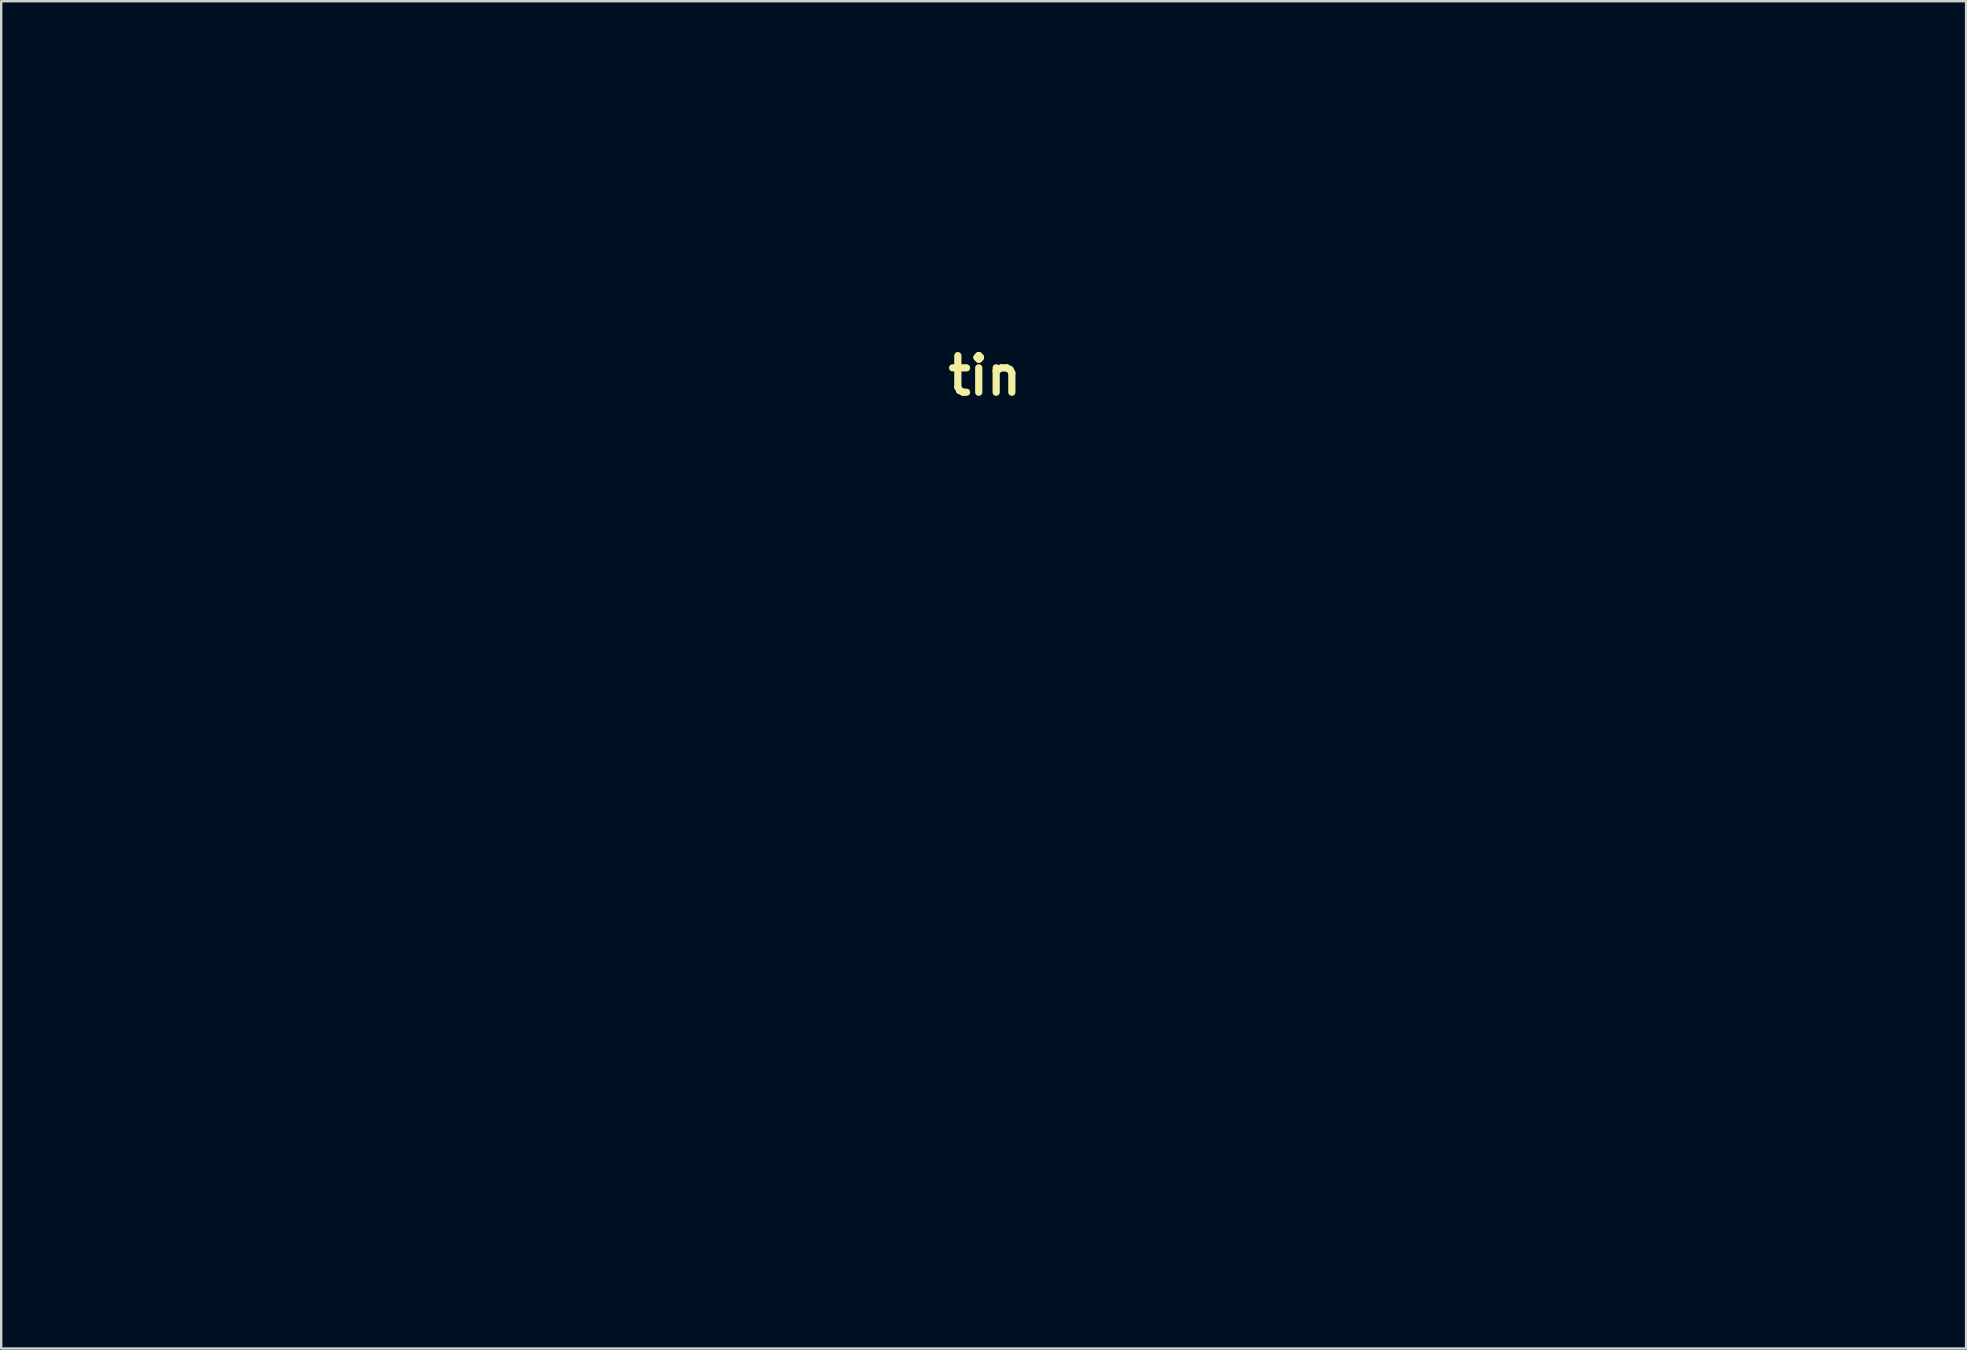
<source format=kicad_pcb>
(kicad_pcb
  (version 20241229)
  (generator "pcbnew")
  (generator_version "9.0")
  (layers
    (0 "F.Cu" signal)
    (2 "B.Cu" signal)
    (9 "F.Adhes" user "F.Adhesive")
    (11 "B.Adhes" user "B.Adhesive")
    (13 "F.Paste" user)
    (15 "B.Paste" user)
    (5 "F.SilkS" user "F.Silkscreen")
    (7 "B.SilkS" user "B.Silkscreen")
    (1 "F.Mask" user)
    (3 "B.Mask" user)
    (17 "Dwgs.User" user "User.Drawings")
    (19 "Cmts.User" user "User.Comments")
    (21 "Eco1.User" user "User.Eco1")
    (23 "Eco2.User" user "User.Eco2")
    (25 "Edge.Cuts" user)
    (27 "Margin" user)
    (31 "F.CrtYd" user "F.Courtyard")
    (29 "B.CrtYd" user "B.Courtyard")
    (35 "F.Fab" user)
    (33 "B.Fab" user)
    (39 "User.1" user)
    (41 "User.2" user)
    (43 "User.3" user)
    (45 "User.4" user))
  (footprint "tin"
    (layer "F.Cu")
    (at 37.976 12.6)
    (property "Reference" "tin" (at 0 0 0) (layer "F.SilkS") (effects (font (size 1.524 1.524) (thickness 0.3))))
    (attr through_hole)
    (fp_poly (pts (xy -37.6 15.05) (xy -37.65 15.1) (xy -37.7 15.05) (xy -37.65 15) (xy -37.6 15.05)) (stroke (width 0.01) (type solid)) (fill no) (layer "Eco2.User"))
    (fp_poly (pts (xy -37.2 14.35) (xy -37.25 14.4) (xy -37.3 14.35) (xy -37.25 14.3) (xy -37.2 14.35)) (stroke (width 0.01) (type solid)) (fill no) (layer "Eco2.User"))
    (fp_poly (pts (xy -36.5 14.65) (xy -36.55 14.7) (xy -36.6 14.65) (xy -36.55 14.6) (xy -36.5 14.65)) (stroke (width 0.01) (type solid)) (fill no) (layer "Eco2.User"))
    (fp_poly (pts (xy -36.2 14.75) (xy -36.25 14.8) (xy -36.3 14.75) (xy -36.25 14.7) (xy -36.2 14.75)) (stroke (width 0.01) (type solid)) (fill no) (layer "Eco2.User"))
    (fp_poly (pts (xy -35.2 15.05) (xy -35.25 15.1) (xy -35.3 15.05) (xy -35.25 15) (xy -35.2 15.05)) (stroke (width 0.01) (type solid)) (fill no) (layer "Eco2.User"))
    (fp_poly (pts (xy -34.6 18.85) (xy -34.65 18.9) (xy -34.7 18.85) (xy -34.65 18.8) (xy -34.6 18.85)) (stroke (width 0.01) (type solid)) (fill no) (layer "Eco2.User"))
    (fp_poly (pts (xy -34.2 15.35) (xy -34.25 15.4) (xy -34.3 15.35) (xy -34.25 15.3) (xy -34.2 15.35)) (stroke (width 0.01) (type solid)) (fill no) (layer "Eco2.User"))
    (fp_poly (pts (xy -31.6 22.35) (xy -31.65 22.4) (xy -31.7 22.35) (xy -31.65 22.3) (xy -31.6 22.35)) (stroke (width 0.01) (type solid)) (fill no) (layer "Eco2.User"))
    (fp_poly (pts (xy -30.8 21.45) (xy -30.85 21.5) (xy -30.9 21.45) (xy -30.85 21.4) (xy -30.8 21.45)) (stroke (width 0.01) (type solid)) (fill no) (layer "Eco2.User"))
    (fp_poly (pts (xy -15.5 -6.95) (xy -15.55 -6.9) (xy -15.6 -6.95) (xy -15.55 -7) (xy -15.5 -6.95)) (stroke (width 0.01) (type solid)) (fill no) (layer "Eco2.User"))
    (fp_poly (pts (xy -13.2 -4.35) (xy -13.25 -4.3) (xy -13.3 -4.35) (xy -13.25 -4.4) (xy -13.2 -4.35)) (stroke (width 0.01) (type solid)) (fill no) (layer "Eco2.User"))
    (fp_poly (pts (xy -12.3 -12.15) (xy -12.35 -12.1) (xy -12.4 -12.15) (xy -12.35 -12.2) (xy -12.3 -12.15)) (stroke (width 0.01) (type solid)) (fill no) (layer "Eco2.User"))
    (fp_poly (pts (xy -12.2 35.45) (xy -12.25 35.5) (xy -12.3 35.45) (xy -12.25 35.4) (xy -12.2 35.45)) (stroke (width 0.01) (type solid)) (fill no) (layer "Eco2.User"))
    (fp_poly (pts (xy -11.8 32.25) (xy -11.85 32.3) (xy -11.9 32.25) (xy -11.85 32.2) (xy -11.8 32.25)) (stroke (width 0.01) (type solid)) (fill no) (layer "Eco2.User"))
    (fp_poly (pts (xy -10.6 -9.45) (xy -10.65 -9.4) (xy -10.7 -9.45) (xy -10.65 -9.5) (xy -10.6 -9.45)) (stroke (width 0.01) (type solid)) (fill no) (layer "Eco2.User"))
    (fp_poly (pts (xy -10.3 -9.55) (xy -10.35 -9.5) (xy -10.4 -9.55) (xy -10.35 -9.6) (xy -10.3 -9.55)) (stroke (width 0.01) (type solid)) (fill no) (layer "Eco2.User"))
    (fp_poly (pts (xy -9 35.75) (xy -9.05 35.8) (xy -9.1 35.75) (xy -9.05 35.7) (xy -9 35.75)) (stroke (width 0.01) (type solid)) (fill no) (layer "Eco2.User"))
    (fp_poly (pts (xy -8.7 36.05) (xy -8.75 36.1) (xy -8.8 36.05) (xy -8.75 36) (xy -8.7 36.05)) (stroke (width 0.01) (type solid)) (fill no) (layer "Eco2.User"))
    (fp_poly (pts (xy -7.2 -9.45) (xy -7.25 -9.4) (xy -7.3 -9.45) (xy -7.25 -9.5) (xy -7.2 -9.45)) (stroke (width 0.01) (type solid)) (fill no) (layer "Eco2.User"))
    (fp_poly (pts (xy -6.9 36.95) (xy -6.95 37) (xy -7 36.95) (xy -6.95 36.9) (xy -6.9 36.95)) (stroke (width 0.01) (type solid)) (fill no) (layer "Eco2.User"))
    (fp_poly (pts (xy -6.4 -8.95) (xy -6.45 -8.9) (xy -6.5 -8.95) (xy -6.45 -9) (xy -6.4 -8.95)) (stroke (width 0.01) (type solid)) (fill no) (layer "Eco2.User"))
    (fp_poly (pts (xy -4.3 -4.75) (xy -4.35 -4.7) (xy -4.4 -4.75) (xy -4.35 -4.8) (xy -4.3 -4.75)) (stroke (width 0.01) (type solid)) (fill no) (layer "Eco2.User"))
    (fp_poly (pts (xy -3.8 -5.15) (xy -3.85 -5.1) (xy -3.9 -5.15) (xy -3.85 -5.2) (xy -3.8 -5.15)) (stroke (width 0.01) (type solid)) (fill no) (layer "Eco2.User"))
    (fp_poly (pts (xy 3.3 -5.55) (xy 3.25 -5.5) (xy 3.2 -5.55) (xy 3.25 -5.6) (xy 3.3 -5.55)) (stroke (width 0.01) (type solid)) (fill no) (layer "Eco2.User"))
    (fp_poly (pts (xy 4.7 -4.55) (xy 4.65 -4.5) (xy 4.6 -4.55) (xy 4.65 -4.6) (xy 4.7 -4.55)) (stroke (width 0.01) (type solid)) (fill no) (layer "Eco2.User"))
    (fp_poly (pts (xy 5 37.25) (xy 4.95 37.3) (xy 4.9 37.25) (xy 4.95 37.2) (xy 5 37.25)) (stroke (width 0.01) (type solid)) (fill no) (layer "Eco2.User"))
    (fp_poly (pts (xy 5.4 -4.25) (xy 5.35 -4.2) (xy 5.3 -4.25) (xy 5.35 -4.3) (xy 5.4 -4.25)) (stroke (width 0.01) (type solid)) (fill no) (layer "Eco2.User"))
    (fp_poly (pts (xy 6.4 -3.85) (xy 6.35 -3.8) (xy 6.3 -3.85) (xy 6.35 -3.9) (xy 6.4 -3.85)) (stroke (width 0.01) (type solid)) (fill no) (layer "Eco2.User"))
    (fp_poly (pts (xy 6.5 -9.05) (xy 6.45 -9) (xy 6.4 -9.05) (xy 6.45 -9.1) (xy 6.5 -9.05)) (stroke (width 0.01) (type solid)) (fill no) (layer "Eco2.User"))
    (fp_poly (pts (xy 7 -9.35) (xy 6.95 -9.3) (xy 6.9 -9.35) (xy 6.95 -9.4) (xy 7 -9.35)) (stroke (width 0.01) (type solid)) (fill no) (layer "Eco2.User"))
    (fp_poly (pts (xy 8.7 -11.05) (xy 8.65 -11) (xy 8.6 -11.05) (xy 8.65 -11.1) (xy 8.7 -11.05)) (stroke (width 0.01) (type solid)) (fill no) (layer "Eco2.User"))
    (fp_poly (pts (xy 8.8 35.95) (xy 8.75 36) (xy 8.7 35.95) (xy 8.75 35.9) (xy 8.8 35.95)) (stroke (width 0.01) (type solid)) (fill no) (layer "Eco2.User"))
    (fp_poly (pts (xy 9 35.85) (xy 8.95 35.9) (xy 8.9 35.85) (xy 8.95 35.8) (xy 9 35.85)) (stroke (width 0.01) (type solid)) (fill no) (layer "Eco2.User"))
    (fp_poly (pts (xy 9.7 -11.35) (xy 9.65 -11.3) (xy 9.6 -11.35) (xy 9.65 -11.4) (xy 9.7 -11.35)) (stroke (width 0.01) (type solid)) (fill no) (layer "Eco2.User"))
    (fp_poly (pts (xy 10 36.15) (xy 9.95 36.2) (xy 9.9 36.15) (xy 9.95 36.1) (xy 10 36.15)) (stroke (width 0.01) (type solid)) (fill no) (layer "Eco2.User"))
    (fp_poly (pts (xy 10.3 36.05) (xy 10.25 36.1) (xy 10.2 36.05) (xy 10.25 36) (xy 10.3 36.05)) (stroke (width 0.01) (type solid)) (fill no) (layer "Eco2.User"))
    (fp_poly (pts (xy 10.4 -11.55) (xy 10.35 -11.5) (xy 10.3 -11.55) (xy 10.35 -11.6) (xy 10.4 -11.55)) (stroke (width 0.01) (type solid)) (fill no) (layer "Eco2.User"))
    (fp_poly (pts (xy 10.4 -9.55) (xy 10.35 -9.5) (xy 10.3 -9.55) (xy 10.35 -9.6) (xy 10.4 -9.55)) (stroke (width 0.01) (type solid)) (fill no) (layer "Eco2.User"))
    (fp_poly (pts (xy 10.7 -11.65) (xy 10.65 -11.6) (xy 10.6 -11.65) (xy 10.65 -11.7) (xy 10.7 -11.65)) (stroke (width 0.01) (type solid)) (fill no) (layer "Eco2.User"))
    (fp_poly (pts (xy 11 35.85) (xy 10.95 35.9) (xy 10.9 35.85) (xy 10.95 35.8) (xy 11 35.85)) (stroke (width 0.01) (type solid)) (fill no) (layer "Eco2.User"))
    (fp_poly (pts (xy 11.4 -11.85) (xy 11.35 -11.8) (xy 11.3 -11.85) (xy 11.35 -11.9) (xy 11.4 -11.85)) (stroke (width 0.01) (type solid)) (fill no) (layer "Eco2.User"))
    (fp_poly (pts (xy 11.7 -11.95) (xy 11.65 -11.9) (xy 11.6 -11.95) (xy 11.65 -12) (xy 11.7 -11.95)) (stroke (width 0.01) (type solid)) (fill no) (layer "Eco2.User"))
    (fp_poly (pts (xy 12 35.55) (xy 11.95 35.6) (xy 11.9 35.55) (xy 11.95 35.5) (xy 12 35.55)) (stroke (width 0.01) (type solid)) (fill no) (layer "Eco2.User"))
    (fp_poly (pts (xy 12.3 -3.95) (xy 12.25 -3.9) (xy 12.2 -3.95) (xy 12.25 -4) (xy 12.3 -3.95)) (stroke (width 0.01) (type solid)) (fill no) (layer "Eco2.User"))
    (fp_poly (pts (xy 12.3 35.45) (xy 12.25 35.5) (xy 12.2 35.45) (xy 12.25 35.4) (xy 12.3 35.45)) (stroke (width 0.01) (type solid)) (fill no) (layer "Eco2.User"))
    (fp_poly (pts (xy 12.7 -12.25) (xy 12.65 -12.2) (xy 12.6 -12.25) (xy 12.65 -12.3) (xy 12.7 -12.25)) (stroke (width 0.01) (type solid)) (fill no) (layer "Eco2.User"))
    (fp_poly (pts (xy 13.3 35.15) (xy 13.25 35.2) (xy 13.2 35.15) (xy 13.25 35.1) (xy 13.3 35.15)) (stroke (width 0.01) (type solid)) (fill no) (layer "Eco2.User"))
    (fp_poly (pts (xy 15.6 -7.05) (xy 15.55 -7) (xy 15.5 -7.05) (xy 15.55 -7.1) (xy 15.6 -7.05)) (stroke (width 0.01) (type solid)) (fill no) (layer "Eco2.User"))
    (fp_poly (pts (xy 29.6 21.95) (xy 29.55 22) (xy 29.5 21.95) (xy 29.55 21.9) (xy 29.6 21.95)) (stroke (width 0.01) (type solid)) (fill no) (layer "Eco2.User"))
    (fp_poly (pts (xy 33.3 15.55) (xy 33.25 15.6) (xy 33.2 15.55) (xy 33.25 15.5) (xy 33.3 15.55)) (stroke (width 0.01) (type solid)) (fill no) (layer "Eco2.User"))
    (fp_poly (pts (xy 34 19.55) (xy 33.95 19.6) (xy 33.9 19.55) (xy 33.95 19.5) (xy 34 19.55)) (stroke (width 0.01) (type solid)) (fill no) (layer "Eco2.User"))
    (fp_poly (pts (xy 34.3 15.35) (xy 34.25 15.4) (xy 34.2 15.35) (xy 34.25 15.3) (xy 34.3 15.35)) (stroke (width 0.01) (type solid)) (fill no) (layer "Eco2.User"))
    (fp_poly (pts (xy 34.7 18.75) (xy 34.65 18.8) (xy 34.6 18.75) (xy 34.65 18.7) (xy 34.7 18.75)) (stroke (width 0.01) (type solid)) (fill no) (layer "Eco2.User"))
    (fp_poly (pts (xy 35.7 17.55) (xy 35.65 17.6) (xy 35.6 17.55) (xy 35.65 17.5) (xy 35.7 17.55)) (stroke (width 0.01) (type solid)) (fill no) (layer "Eco2.User"))
    (fp_poly (pts (xy 36.4 16.55) (xy 36.35 16.6) (xy 36.3 16.55) (xy 36.35 16.5) (xy 36.4 16.55)) (stroke (width 0.01) (type solid)) (fill no) (layer "Eco2.User"))
    (fp_poly (pts (xy 37 15.85) (xy 36.95 15.9) (xy 36.9 15.85) (xy 36.95 15.8) (xy 37 15.85)) (stroke (width 0.01) (type solid)) (fill no) (layer "Eco2.User"))
    (fp_poly (pts (xy -32.915 20.44) (xy -32.808 20.541) (xy -32.83 20.599) (xy -32.844 20.6) (xy -32.929 20.529) (xy -32.96 20.485) (xy -32.971 20.416) (xy -32.915 20.44)) (stroke (width 0.01) (type solid)) (fill no) (layer "Eco2.User"))
    (fp_poly (pts (xy -8.015 36.54) (xy -7.908 36.641) (xy -7.93 36.699) (xy -7.944 36.7) (xy -8.029 36.629) (xy -8.06 36.585) (xy -8.071 36.516) (xy -8.015 36.54)) (stroke (width 0.01) (type solid)) (fill no) (layer "Eco2.User"))
    (fp_poly (pts (xy 9.785 35.04) (xy 9.891 35.133) (xy 9.9 35.156) (xy 9.853 35.197) (xy 9.754 35.105) (xy 9.74 35.085) (xy 9.729 35.016) (xy 9.785 35.04)) (stroke (width 0.01) (type solid)) (fill no) (layer "Eco2.User"))
    (fp_poly (pts (xy -10.731 33.765) (xy -10.75 33.8) (xy -10.844 33.895) (xy -10.862 33.9) (xy -10.869 33.835) (xy -10.85 33.8) (xy -10.756 33.704) (xy -10.738 33.7) (xy -10.731 33.765)) (stroke (width 0.01) (type solid)) (fill no) (layer "Eco2.User"))
    (fp_poly (pts (xy -9.731 35.165) (xy -9.75 35.2) (xy -9.844 35.295) (xy -9.862 35.3) (xy -9.869 35.235) (xy -9.85 35.2) (xy -9.756 35.104) (xy -9.738 35.1) (xy -9.731 35.165)) (stroke (width 0.01) (type solid)) (fill no) (layer "Eco2.User"))
    (fp_poly (pts (xy 3.853 -5.069) (xy 3.925 -5.013) (xy 4.063 -4.889) (xy 4.1 -4.838) (xy 4.051 -4.808) (xy 3.918 -4.936) (xy 3.887 -4.975) (xy 3.801 -5.093) (xy 3.853 -5.069)) (stroke (width 0.01) (type solid)) (fill no) (layer "Eco2.User"))
    (fp_poly (pts (xy 7.369 -9.535) (xy 7.35 -9.5) (xy 7.256 -9.405) (xy 7.238 -9.4) (xy 7.231 -9.465) (xy 7.25 -9.5) (xy 7.344 -9.596) (xy 7.362 -9.6) (xy 7.369 -9.535)) (stroke (width 0.01) (type solid)) (fill no) (layer "Eco2.User"))
    (fp_poly (pts (xy -28.668 16.703) (xy -28.346 16.771) (xy -27.929 16.839) (xy -27.47 16.9) (xy -27.022 16.948) (xy -26.639 16.977) (xy -26.375 16.981) (xy -26.306 16.973) (xy -26.165 16.961) (xy -26.15 17.001) (xy -26.087 17.047) (xy -25.874 17.095) (xy -25.566 17.139) (xy -25.213 17.172) (xy -24.867 17.191) (xy -24.58 17.19) (xy -24.453 17.176) (xy -24.288 17.171) (xy -24.265 17.224) (xy -24.209 17.273) (xy -23.985 17.292) (xy -23.721 17.284) (xy -23.412 17.275) (xy -23.208 17.287) (xy -23.156 17.311) (xy -23.087 17.348) (xy -22.869 17.384) (xy -22.552 17.418) (xy -22.188 17.445) (xy -21.828 17.462) (xy -21.523 17.465) (xy -21.323 17.451) (xy -21.281 17.438) (xy -21.217 17.429) (xy -21.248 17.496) (xy -21.252 17.575) (xy -21.111 17.597) (xy -20.922 17.585) (xy -20.68 17.574) (xy -20.557 17.593) (xy -20.554 17.606) (xy -20.469 17.628) (xy -20.215 17.658) (xy -19.821 17.695) (xy -19.316 17.735) (xy -18.731 17.777) (xy -18.095 17.819) (xy -17.439 17.859) (xy -16.792 17.895) (xy -16.184 17.923) (xy -16.088 17.927) (xy -15.765 17.951) (xy -15.606 17.995) (xy -15.574 18.073) (xy -15.582 18.1) (xy -15.603 18.197) (xy -15.519 18.152) (xy -15.469 18.113) (xy -15.388 18.071) (xy -15.251 18.042) (xy -15.033 18.026) (xy -14.712 18.024) (xy -14.263 18.035) (xy -13.664 18.059) (xy -12.89 18.095) (xy -12.825 18.099) (xy -12.186 18.125) (xy -11.383 18.151) (xy -10.452 18.174) (xy -9.428 18.195) (xy -8.347 18.212) (xy -7.246 18.225) (xy -6.16 18.234) (xy -5.638 18.236) (xy -0.927 18.25) (xy -0.908 19.098) (xy -0.89 19.489) (xy -0.86 19.799) (xy -0.823 19.976) (xy -0.809 19.998) (xy -0.788 20.107) (xy -0.764 20.391) (xy -0.74 20.826) (xy -0.716 21.386) (xy -0.693 22.046) (xy -0.674 22.782) (xy -0.667 23.075) (xy -0.604 26.1) (xy -2.335 26.1) (xy -2.904 26.097) (xy -3.401 26.088) (xy -3.793 26.074) (xy -4.046 26.056) (xy -4.126 26.04) (xy -4.242 26.021) (xy -4.522 26.006) (xy -4.93 25.996) (xy -5.432 25.993) (xy -5.743 25.995) (xy -6.275 25.995) (xy -6.729 25.986) (xy -7.071 25.969) (xy -7.267 25.945) (xy -7.3 25.929) (xy -7.392 25.897) (xy -7.638 25.879) (xy -7.992 25.878) (xy -8.15 25.882) (xy -8.534 25.888) (xy -8.827 25.875) (xy -8.985 25.847) (xy -9 25.832) (xy -9.092 25.798) (xy -9.336 25.779) (xy -9.685 25.779) (xy -9.8 25.783) (xy -10.171 25.788) (xy -10.451 25.772) (xy -10.592 25.74) (xy -10.6 25.728) (xy -10.687 25.68) (xy -10.901 25.676) (xy -10.95 25.681) (xy -11.239 25.689) (xy -11.465 25.652) (xy -11.475 25.649) (xy -11.673 25.61) (xy -11.983 25.593) (xy -12.173 25.595) (xy -12.495 25.592) (xy -12.742 25.564) (xy -12.82 25.538) (xy -12.996 25.494) (xy -13.27 25.485) (xy -13.327 25.488) (xy -13.615 25.477) (xy -13.831 25.412) (xy -13.855 25.396) (xy -13.973 25.329) (xy -14 25.35) (xy -14.061 25.361) (xy -14.14 25.308) (xy -14.224 25.149) (xy -14.3 24.847) (xy -14.35 24.496) (xy -14.396 24.152) (xy -14.449 23.904) (xy -14.499 23.8) (xy -14.502 23.8) (xy -14.553 23.709) (xy -14.608 23.471) (xy -14.654 23.144) (xy -14.712 22.763) (xy -14.782 22.56) (xy -14.837 22.531) (xy -14.907 22.479) (xy -14.921 22.243) (xy -14.914 22.125) (xy -14.909 21.87) (xy -14.938 21.734) (xy -14.964 21.728) (xy -15.007 21.672) (xy -15.021 21.47) (xy -15.014 21.325) (xy -15.004 21.046) (xy -15.039 20.926) (xy -15.119 20.924) (xy -15.201 20.922) (xy -15.227 20.805) (xy -15.204 20.535) (xy -15.199 20.489) (xy -15.178 20.209) (xy -15.193 20.032) (xy -15.218 20) (xy -15.27 19.911) (xy -15.298 19.691) (xy -15.3 19.613) (xy -15.32 19.217) (xy -15.372 18.884) (xy -15.446 18.664) (xy -15.517 18.6) (xy -15.546 18.692) (xy -15.559 18.938) (xy -15.558 19.294) (xy -15.547 19.714) (xy -15.526 20.153) (xy -15.497 20.566) (xy -15.464 20.908) (xy -15.427 21.134) (xy -15.4 21.2) (xy -15.361 21.316) (xy -15.316 21.582) (xy -15.274 21.949) (xy -15.261 22.095) (xy -15.219 22.494) (xy -15.169 22.819) (xy -15.119 23.017) (xy -15.104 23.046) (xy -15.047 23.196) (xy -14.987 23.479) (xy -14.945 23.776) (xy -14.896 24.099) (xy -14.837 24.325) (xy -14.787 24.4) (xy -14.733 24.489) (xy -14.702 24.71) (xy -14.7 24.8) (xy -14.7 25.2) (xy -15.225 25.194) (xy -15.64 25.173) (xy -16.063 25.128) (xy -16.2 25.106) (xy -16.532 25.048) (xy -16.967 24.976) (xy -17.4 24.906) (xy -18.579 24.719) (xy -19.567 24.559) (xy -20.371 24.424) (xy -20.998 24.314) (xy -21.455 24.227) (xy -21.748 24.162) (xy -21.886 24.118) (xy -21.897 24.109) (xy -22.018 24.042) (xy -22.268 23.96) (xy -22.45 23.914) (xy -22.828 23.824) (xy -23.282 23.712) (xy -23.6 23.631) (xy -24.001 23.541) (xy -24.382 23.477) (xy -24.615 23.456) (xy -24.837 23.431) (xy -24.929 23.376) (xy -24.925 23.359) (xy -24.959 23.31) (xy -25.085 23.325) (xy -25.234 23.336) (xy -25.235 23.276) (xy -25.26 23.21) (xy -25.432 23.221) (xy -25.611 23.229) (xy -25.631 23.17) (xy -25.654 23.109) (xy -25.785 23.125) (xy -25.934 23.136) (xy -25.935 23.076) (xy -25.96 23.01) (xy -26.132 23.021) (xy -26.304 23.031) (xy -26.341 22.986) (xy -26.37 22.907) (xy -26.537 22.879) (xy -26.615 22.885) (xy -26.646 22.812) (xy -26.628 22.697) (xy -26.634 22.535) (xy -26.699 22.5) (xy -26.775 22.428) (xy -26.76 22.339) (xy -26.753 22.223) (xy -26.838 22.231) (xy -26.934 22.222) (xy -26.923 22.077) (xy -26.913 21.925) (xy -27.03 21.911) (xy -27.059 21.918) (xy -27.199 21.915) (xy -27.26 21.776) (xy -27.272 21.667) (xy -27.317 21.434) (xy -27.389 21.307) (xy -27.482 21.174) (xy -27.553 20.974) (xy -27.634 20.776) (xy -27.722 20.7) (xy -27.781 20.617) (xy -27.776 20.45) (xy -27.768 20.264) (xy -27.812 20.2) (xy -27.896 20.115) (xy -27.959 19.95) (xy -28.033 19.763) (xy -28.102 19.7) (xy -28.167 19.612) (xy -28.232 19.391) (xy -28.25 19.3) (xy -28.312 19.05) (xy -28.386 18.911) (xy -28.409 18.9) (xy -28.478 18.815) (xy -28.5 18.657) (xy -28.564 18.399) (xy -28.66 18.255) (xy -28.765 18.072) (xy -28.765 17.954) (xy -28.766 17.812) (xy -28.802 17.781) (xy -28.86 17.673) (xy -28.912 17.425) (xy -28.94 17.185) (xy -28.986 16.62) (xy -28.668 16.703)) (stroke (width 0.01) (type solid)) (fill no) (layer "Eco2.User"))
    (fp_poly (pts (xy 14.171 -12.541) (xy 14.149 -12.499) (xy 14.127 -12.409) (xy 14.232 -12.429) (xy 14.365 -12.45) (xy 14.387 -12.421) (xy 14.403 -12.192) (xy 14.538 -12.117) (xy 14.575 -12.121) (xy 14.703 -12.096) (xy 14.719 -11.932) (xy 14.716 -11.911) (xy 14.722 -11.74) (xy 14.822 -11.725) (xy 14.83 -11.728) (xy 14.933 -11.726) (xy 14.923 -11.577) (xy 14.915 -11.434) (xy 14.97 -11.431) (xy 15.032 -11.402) (xy 15.021 -11.231) (xy 15.007 -11.047) (xy 15.083 -11.013) (xy 15.124 -11.026) (xy 15.232 -11.028) (xy 15.225 -10.885) (xy 15.223 -10.877) (xy 15.214 -10.736) (xy 15.259 -10.724) (xy 15.309 -10.662) (xy 15.352 -10.446) (xy 15.381 -10.123) (xy 15.381 -10.115) (xy 15.41 -9.773) (xy 15.455 -9.522) (xy 15.506 -9.417) (xy 15.554 -9.307) (xy 15.585 -9.06) (xy 15.598 -8.736) (xy 15.593 -8.396) (xy 15.571 -8.103) (xy 15.532 -7.917) (xy 15.506 -7.883) (xy 15.449 -7.773) (xy 15.402 -7.525) (xy 15.381 -7.288) (xy 15.35 -6.959) (xy 15.298 -6.799) (xy 15.215 -6.778) (xy 15.213 -6.778) (xy 15.129 -6.785) (xy 15.163 -6.671) (xy 15.191 -6.617) (xy 15.256 -6.467) (xy 15.198 -6.448) (xy 15.136 -6.469) (xy 15.018 -6.482) (xy 15.015 -6.356) (xy 15.025 -6.317) (xy 15.036 -6.166) (xy 14.975 -6.165) (xy 14.908 -6.15) (xy 14.923 -6.023) (xy 14.932 -5.873) (xy 14.831 -5.871) (xy 14.722 -5.86) (xy 14.717 -5.739) (xy 14.693 -5.593) (xy 14.575 -5.579) (xy 14.419 -5.534) (xy 14.381 -5.332) (xy 14.387 -5.279) (xy 14.32 -5.248) (xy 14.224 -5.272) (xy 14.108 -5.302) (xy 14.141 -5.227) (xy 14.189 -5.166) (xy 14.276 -5.044) (xy 14.223 -5.037) (xy 14.174 -5.055) (xy 14.002 -5.044) (xy 13.945 -4.991) (xy 13.925 -4.917) (xy 14 -4.95) (xy 14.084 -4.976) (xy 14.062 -4.92) (xy 13.923 -4.849) (xy 13.857 -4.861) (xy 13.691 -4.839) (xy 13.645 -4.791) (xy 13.626 -4.716) (xy 13.71 -4.751) (xy 13.792 -4.781) (xy 13.768 -4.742) (xy 13.604 -4.662) (xy 13.518 -4.651) (xy 13.374 -4.593) (xy 13.35 -4.533) (xy 13.284 -4.36) (xy 13.259 -4.333) (xy 13.216 -4.321) (xy 13.248 -4.388) (xy 13.269 -4.486) (xy 13.189 -4.475) (xy 13.076 -4.373) (xy 13.072 -4.323) (xy 13.01 -4.263) (xy 12.881 -4.276) (xy 12.733 -4.287) (xy 12.74 -4.217) (xy 12.743 -4.141) (xy 12.672 -4.155) (xy 12.505 -4.163) (xy 12.292 -4.113) (xy 12.108 -4.031) (xy 12.029 -3.944) (xy 12.034 -3.925) (xy 11.976 -3.879) (xy 11.769 -3.85) (xy 11.463 -3.838) (xy 11.108 -3.845) (xy 10.755 -3.872) (xy 10.5 -3.908) (xy 10.254 -3.936) (xy 9.851 -3.96) (xy 9.331 -3.979) (xy 8.738 -3.991) (xy 8.2 -3.995) (xy 7.462 -3.997) (xy 6.9 -4.001) (xy 6.494 -4.009) (xy 6.219 -4.022) (xy 6.054 -4.041) (xy 5.975 -4.069) (xy 5.959 -4.107) (xy 5.973 -4.137) (xy 5.943 -4.19) (xy 5.815 -4.175) (xy 5.67 -4.163) (xy 5.654 -4.206) (xy 5.617 -4.288) (xy 5.456 -4.355) (xy 5.244 -4.388) (xy 5.057 -4.366) (xy 5.053 -4.365) (xy 4.887 -4.374) (xy 4.838 -4.42) (xy 4.83 -4.484) (xy 4.885 -4.46) (xy 4.989 -4.426) (xy 5 -4.442) (xy 4.922 -4.515) (xy 4.739 -4.628) (xy 4.529 -4.736) (xy 4.371 -4.797) (xy 4.349 -4.8) (xy 4.335 -4.734) (xy 4.36 -4.685) (xy 4.371 -4.616) (xy 4.314 -4.641) (xy 4.237 -4.755) (xy 4.248 -4.796) (xy 4.213 -4.9) (xy 4.066 -5.027) (xy 3.88 -5.131) (xy 3.727 -5.161) (xy 3.704 -5.153) (xy 3.58 -5.17) (xy 3.541 -5.214) (xy 3.527 -5.283) (xy 3.6 -5.25) (xy 3.683 -5.223) (xy 3.655 -5.291) (xy 3.511 -5.37) (xy 3.435 -5.358) (xy 3.34 -5.357) (xy 3.353 -5.406) (xy 3.352 -5.559) (xy 3.296 -5.654) (xy 3.16 -5.77) (xy 3.054 -5.795) (xy 3.04 -5.722) (xy 3.06 -5.685) (xy 3.071 -5.615) (xy 3.025 -5.635) (xy 2.963 -5.771) (xy 2.975 -5.916) (xy 2.987 -6.066) (xy 2.917 -6.06) (xy 2.845 -6.059) (xy 2.869 -6.162) (xy 2.884 -6.285) (xy 2.772 -6.272) (xy 2.657 -6.263) (xy 2.672 -6.371) (xy 2.683 -6.48) (xy 2.618 -6.461) (xy 2.545 -6.458) (xy 2.569 -6.562) (xy 2.584 -6.685) (xy 2.479 -6.675) (xy 2.369 -6.671) (xy 2.374 -6.812) (xy 2.377 -6.823) (xy 2.385 -6.966) (xy 2.33 -6.969) (xy 2.268 -6.998) (xy 2.279 -7.169) (xy 2.288 -7.311) (xy 5.607 -7.311) (xy 5.623 -6.974) (xy 5.652 -6.646) (xy 5.694 -6.382) (xy 5.745 -6.233) (xy 5.757 -6.221) (xy 5.866 -6.084) (xy 5.983 -5.854) (xy 5.984 -5.85) (xy 6.214 -5.518) (xy 6.604 -5.203) (xy 7.116 -4.925) (xy 7.709 -4.708) (xy 8.2 -4.595) (xy 8.85 -4.552) (xy 9.578 -4.617) (xy 10.297 -4.782) (xy 10.869 -5.048) (xy 11.247 -5.363) (xy 11.521 -5.65) (xy 14.6 -5.65) (xy 14.65 -5.6) (xy 14.7 -5.65) (xy 14.65 -5.7) (xy 14.6 -5.65) (xy 11.521 -5.65) (xy 11.555 -5.686) (xy 11.751 -5.92) (xy 11.865 -6.114) (xy 11.928 -6.321) (xy 11.965 -6.547) (xy 12.019 -6.816) (xy 12.084 -6.978) (xy 12.114 -7) (xy 12.196 -7.078) (xy 12.2 -7.111) (xy 12.13 -7.183) (xy 12.075 -7.173) (xy 11.999 -7.2) (xy 11.976 -7.378) (xy 11.986 -7.575) (xy 11.991 -7.86) (xy 11.947 -7.969) (xy 11.92 -7.963) (xy 11.859 -7.985) (xy 11.875 -8.117) (xy 11.889 -8.272) (xy 11.793 -8.28) (xy 11.782 -8.276) (xy 11.678 -8.276) (xy 11.671 -8.419) (xy 11.68 -8.474) (xy 11.687 -8.65) (xy 11.626 -8.666) (xy 11.545 -8.687) (xy 11.536 -8.765) (xy 11.476 -8.933) (xy 11.411 -8.977) (xy 11.322 -8.972) (xy 11.352 -8.888) (xy 11.381 -8.808) (xy 11.341 -8.833) (xy 11.269 -8.921) (xy 11.231 -9.062) (xy 11.213 -9.211) (xy 11.128 -9.278) (xy 11.053 -9.265) (xy 10.887 -9.274) (xy 10.838 -9.32) (xy 10.829 -9.383) (xy 10.9 -9.35) (xy 10.983 -9.323) (xy 10.954 -9.393) (xy 10.806 -9.474) (xy 10.689 -9.468) (xy 10.56 -9.465) (xy 10.556 -9.51) (xy 10.52 -9.601) (xy 10.359 -9.693) (xy 10.148 -9.757) (xy 9.958 -9.764) (xy 9.928 -9.755) (xy 9.84 -9.758) (xy 9.858 -9.814) (xy 9.837 -9.884) (xy 9.636 -9.89) (xy 9.571 -9.883) (xy 9.352 -9.875) (xy 9.26 -9.908) (xy 9.263 -9.921) (xy 9.209 -9.972) (xy 9.013 -9.999) (xy 8.95 -10) (xy 8.728 -9.981) (xy 8.634 -9.935) (xy 8.637 -9.921) (xy 8.584 -9.88) (xy 8.391 -9.877) (xy 8.329 -9.883) (xy 8.099 -9.889) (xy 8.027 -9.84) (xy 8.033 -9.827) (xy 8.001 -9.769) (xy 7.832 -9.779) (xy 7.65 -9.789) (xy 7.64 -9.716) (xy 7.642 -9.641) (xy 7.575 -9.654) (xy 7.391 -9.649) (xy 7.122 -9.57) (xy 6.852 -9.448) (xy 6.666 -9.317) (xy 6.641 -9.286) (xy 6.628 -9.216) (xy 6.71 -9.251) (xy 6.792 -9.281) (xy 6.768 -9.242) (xy 6.604 -9.162) (xy 6.518 -9.151) (xy 6.374 -9.069) (xy 6.349 -8.982) (xy 6.299 -8.788) (xy 6.258 -8.732) (xy 6.217 -8.722) (xy 6.248 -8.788) (xy 6.269 -8.886) (xy 6.189 -8.877) (xy 6.072 -8.75) (xy 6.063 -8.672) (xy 6.014 -8.562) (xy 5.926 -8.573) (xy 5.83 -8.587) (xy 5.857 -8.483) (xy 5.891 -8.417) (xy 5.956 -8.267) (xy 5.898 -8.248) (xy 5.838 -8.269) (xy 5.723 -8.281) (xy 5.706 -8.16) (xy 5.721 -8.069) (xy 5.729 -7.892) (xy 5.674 -7.866) (xy 5.631 -7.81) (xy 5.609 -7.608) (xy 5.607 -7.311) (xy 2.288 -7.311) (xy 2.291 -7.355) (xy 2.213 -7.387) (xy 2.19 -7.379) (xy 2.116 -7.386) (xy 2.08 -7.502) (xy 2.074 -7.76) (xy 2.083 -8.012) (xy 2.114 -8.361) (xy 2.162 -8.606) (xy 2.219 -8.7) (xy 2.22 -8.7) (xy 2.281 -8.779) (xy 2.271 -8.9) (xy 2.265 -9.039) (xy 2.326 -9.034) (xy 2.392 -9.04) (xy 2.372 -9.129) (xy 2.364 -9.243) (xy 2.463 -9.231) (xy 2.577 -9.236) (xy 2.583 -9.361) (xy 2.598 -9.45) (xy 2.6 -9.45) (xy 2.65 -9.4) (xy 2.7 -9.45) (xy 2.65 -9.5) (xy 2.6 -9.45) (xy 2.598 -9.45) (xy 2.607 -9.507) (xy 2.725 -9.521) (xy 2.881 -9.566) (xy 2.92 -9.771) (xy 2.916 -9.813) (xy 2.99 -9.861) (xy 3.079 -9.863) (xy 3.213 -9.905) (xy 3.228 -9.965) (xy 3.287 -10.039) (xy 3.392 -10.031) (xy 3.582 -10.047) (xy 3.654 -10.107) (xy 3.675 -10.184) (xy 3.59 -10.149) (xy 3.508 -10.119) (xy 3.532 -10.158) (xy 3.596 -10.214) (xy 3.694 -10.248) (xy 3.877 -10.267) (xy 4.197 -10.282) (xy 4.281 -10.285) (xy 4.531 -10.309) (xy 4.66 -10.353) (xy 4.665 -10.375) (xy 4.731 -10.408) (xy 4.949 -10.423) (xy 5.271 -10.416) (xy 5.592 -10.411) (xy 5.807 -10.429) (xy 5.87 -10.468) (xy 5.923 -10.512) (xy 6.12 -10.522) (xy 6.222 -10.515) (xy 6.476 -10.505) (xy 6.565 -10.545) (xy 6.548 -10.604) (xy 6.525 -10.684) (xy 6.589 -10.657) (xy 6.751 -10.621) (xy 6.999 -10.626) (xy 7.27 -10.662) (xy 7.501 -10.719) (xy 7.63 -10.787) (xy 7.635 -10.825) (xy 7.632 -10.883) (xy 7.686 -10.858) (xy 7.841 -10.832) (xy 8.109 -10.845) (xy 8.438 -10.888) (xy 8.772 -10.949) (xy 9.055 -11.021) (xy 9.235 -11.093) (xy 9.268 -11.14) (xy 9.326 -11.218) (xy 9.547 -11.257) (xy 9.588 -11.258) (xy 9.828 -11.289) (xy 10.17 -11.364) (xy 10.569 -11.469) (xy 10.984 -11.593) (xy 11.372 -11.721) (xy 11.691 -11.84) (xy 11.898 -11.937) (xy 11.953 -11.996) (xy 11.989 -12.041) (xy 12.115 -12.025) (xy 12.266 -12.013) (xy 12.263 -12.05) (xy 14.6 -12.05) (xy 14.65 -12) (xy 14.7 -12.05) (xy 14.65 -12.1) (xy 14.6 -12.05) (xy 12.263 -12.05) (xy 12.26 -12.083) (xy 12.258 -12.157) (xy 12.345 -12.138) (xy 12.534 -12.113) (xy 12.748 -12.143) (xy 12.913 -12.208) (xy 12.956 -12.29) (xy 12.954 -12.294) (xy 12.989 -12.341) (xy 13.115 -12.325) (xy 13.266 -12.314) (xy 13.264 -12.377) (xy 13.271 -12.518) (xy 13.314 -12.559) (xy 13.383 -12.573) (xy 13.349 -12.498) (xy 13.326 -12.411) (xy 13.454 -12.438) (xy 13.459 -12.44) (xy 13.702 -12.516) (xy 13.941 -12.573) (xy 14.135 -12.595) (xy 14.171 -12.541)) (stroke (width 0.01) (type solid)) (fill no) (layer "Eco2.User"))
    (fp_poly (pts (xy -13.695 -12.538) (xy -13.573 -12.49) (xy -13.573 -12.463) (xy -13.543 -12.41) (xy -13.416 -12.425) (xy -13.219 -12.428) (xy -13.135 -12.375) (xy -13.131 -12.318) (xy -13.2 -12.35) (xy -13.283 -12.377) (xy -13.254 -12.307) (xy -13.106 -12.226) (xy -12.989 -12.232) (xy -12.855 -12.242) (xy -12.845 -12.208) (xy -12.783 -12.146) (xy -12.576 -12.063) (xy -12.37 -12.003) (xy -12.049 -11.919) (xy -11.796 -11.847) (xy -11.709 -11.819) (xy -11.618 -11.818) (xy -11.649 -11.898) (xy -11.677 -11.984) (xy -11.614 -11.959) (xy -11.547 -11.83) (xy -11.564 -11.777) (xy -11.55 -11.708) (xy -11.415 -11.725) (xy -11.266 -11.736) (xy -11.265 -11.676) (xy -11.24 -11.61) (xy -11.068 -11.621) (xy -10.889 -11.629) (xy -10.869 -11.57) (xy -10.846 -11.509) (xy -10.716 -11.525) (xy -10.568 -11.54) (xy -10.548 -11.503) (xy -10.503 -11.434) (xy -10.334 -11.375) (xy -10.118 -11.34) (xy -9.93 -11.346) (xy -9.874 -11.366) (xy -9.818 -11.368) (xy -9.849 -11.302) (xy -9.858 -11.218) (xy -9.716 -11.207) (xy -9.617 -11.219) (xy -9.414 -11.237) (xy -9.375 -11.194) (xy -9.426 -11.119) (xy -9.478 -11.027) (xy -9.396 -10.998) (xy -9.181 -11.015) (xy -8.956 -11.022) (xy -8.866 -10.983) (xy -8.871 -10.967) (xy -8.824 -10.916) (xy -8.63 -10.911) (xy -8.571 -10.917) (xy -8.351 -10.922) (xy -8.266 -10.881) (xy -8.271 -10.867) (xy -8.224 -10.816) (xy -8.03 -10.811) (xy -7.971 -10.817) (xy -7.747 -10.822) (xy -7.667 -10.779) (xy -7.672 -10.765) (xy -7.635 -10.711) (xy -7.468 -10.721) (xy -7.291 -10.729) (xy -7.266 -10.674) (xy -7.221 -10.618) (xy -7.011 -10.608) (xy -6.922 -10.615) (xy -6.685 -10.62) (xy -6.571 -10.587) (xy -6.572 -10.565) (xy -6.519 -10.519) (xy -6.324 -10.508) (xy -6.222 -10.515) (xy -5.985 -10.52) (xy -5.87 -10.488) (xy -5.87 -10.467) (xy -5.811 -10.426) (xy -5.602 -10.408) (xy -5.371 -10.415) (xy -5.081 -10.42) (xy -4.902 -10.398) (xy -4.872 -10.365) (xy -4.814 -10.323) (xy -4.608 -10.307) (xy -4.422 -10.315) (xy -4.148 -10.32) (xy -3.988 -10.296) (xy -3.97 -10.267) (xy -3.929 -10.216) (xy -3.787 -10.217) (xy -3.595 -10.195) (xy -3.551 -10.108) (xy -3.469 -9.953) (xy -3.411 -9.92) (xy -3.322 -9.928) (xy -3.352 -10.012) (xy -3.381 -10.092) (xy -3.341 -10.067) (xy -3.252 -9.901) (xy -3.248 -9.867) (xy -3.164 -9.773) (xy -3.077 -9.763) (xy -2.944 -9.721) (xy -2.929 -9.663) (xy -2.868 -9.573) (xy -2.783 -9.563) (xy -2.664 -9.518) (xy -2.675 -9.421) (xy -2.682 -9.319) (xy -2.618 -9.339) (xy -2.545 -9.342) (xy -2.569 -9.238) (xy -2.584 -9.115) (xy -2.479 -9.125) (xy -2.369 -9.129) (xy -2.374 -8.988) (xy -2.377 -8.977) (xy -2.386 -8.837) (xy -2.341 -8.825) (xy -2.299 -8.759) (xy -2.268 -8.53) (xy -2.252 -8.173) (xy -2.25 -8) (xy -2.259 -7.602) (xy -2.285 -7.317) (xy -2.323 -7.18) (xy -2.341 -7.175) (xy -2.391 -7.142) (xy -2.377 -7.023) (xy -2.367 -6.874) (xy -2.47 -6.872) (xy -2.477 -6.874) (xy -2.585 -6.878) (xy -2.581 -6.739) (xy -2.575 -6.717) (xy -2.564 -6.565) (xy -2.626 -6.566) (xy -2.692 -6.56) (xy -2.672 -6.471) (xy -2.664 -6.357) (xy -2.772 -6.372) (xy -2.886 -6.383) (xy -2.869 -6.262) (xy -2.852 -6.144) (xy -2.917 -6.16) (xy -2.992 -6.155) (xy -2.975 -6.016) (xy -2.972 -5.819) (xy -3.025 -5.735) (xy -3.082 -5.732) (xy -3.052 -5.798) (xy -3.035 -5.889) (xy -3.111 -5.879) (xy -3.235 -5.752) (xy -3.251 -5.673) (xy -3.304 -5.483) (xy -3.342 -5.432) (xy -3.386 -5.42) (xy -3.36 -5.475) (xy -3.337 -5.584) (xy -3.421 -5.586) (xy -3.559 -5.49) (xy -3.613 -5.431) (xy -3.698 -5.313) (xy -3.647 -5.321) (xy -3.6 -5.347) (xy -3.51 -5.381) (xy -3.532 -5.342) (xy -3.696 -5.262) (xy -3.782 -5.251) (xy -3.926 -5.169) (xy -3.951 -5.082) (xy -4.001 -4.888) (xy -4.042 -4.832) (xy -4.086 -4.82) (xy -4.06 -4.875) (xy -4.037 -4.976) (xy -4.155 -4.975) (xy -4.35 -4.908) (xy -4.512 -4.787) (xy -4.551 -4.69) (xy -4.634 -4.587) (xy -4.787 -4.583) (xy -4.946 -4.58) (xy -4.971 -4.533) (xy -5.02 -4.47) (xy -5.209 -4.429) (xy -5.227 -4.428) (xy -5.481 -4.376) (xy -5.642 -4.288) (xy -5.693 -4.214) (xy -5.61 -4.251) (xy -5.517 -4.277) (xy -5.535 -4.225) (xy -5.671 -4.163) (xy -5.816 -4.175) (xy -5.966 -4.186) (xy -5.965 -4.125) (xy -5.982 -4.059) (xy -6.115 -4.075) (xy -6.266 -4.086) (xy -6.266 -4.025) (xy -6.282 -3.959) (xy -6.415 -3.975) (xy -6.565 -3.986) (xy -6.566 -3.927) (xy -6.592 -3.873) (xy -6.786 -3.89) (xy -6.926 -3.92) (xy -7.198 -3.954) (xy -7.638 -3.971) (xy -8.212 -3.973) (xy -8.888 -3.958) (xy -9.1 -3.951) (xy -9.95 -3.918) (xy -10.621 -3.893) (xy -11.134 -3.876) (xy -11.508 -3.866) (xy -11.765 -3.864) (xy -11.926 -3.869) (xy -12.01 -3.882) (xy -12.039 -3.901) (xy -12.032 -3.928) (xy -12.027 -3.937) (xy -12.057 -3.991) (xy -12.181 -3.976) (xy -12.345 -3.972) (xy -12.372 -4.035) (xy -12.445 -4.117) (xy -12.667 -4.158) (xy -12.7 -4.159) (xy -12.941 -4.195) (xy -12.948 -4.202) (xy -12.9 -4.25) (xy -12.95 -4.3) (xy -12.998 -4.252) (xy -13.025 -4.278) (xy -13.024 -4.286) (xy -13.087 -4.397) (xy -13.262 -4.502) (xy -13.465 -4.564) (xy -13.601 -4.549) (xy -13.72 -4.57) (xy -13.759 -4.614) (xy -13.773 -4.683) (xy -13.7 -4.65) (xy -13.617 -4.623) (xy -13.645 -4.691) (xy -13.79 -4.772) (xy -13.857 -4.761) (xy -14.019 -4.777) (xy -14.062 -4.82) (xy -14.071 -4.883) (xy -14 -4.85) (xy -13.917 -4.823) (xy -13.945 -4.891) (xy -14.089 -4.968) (xy -14.174 -4.955) (xy -14.274 -4.93) (xy -14.233 -5.011) (xy -14.189 -5.066) (xy -14.103 -5.188) (xy -14.163 -5.194) (xy -14.224 -5.172) (xy -14.362 -5.15) (xy -14.387 -5.179) (xy -14.403 -5.408) (xy -14.538 -5.483) (xy -14.575 -5.479) (xy -14.708 -5.511) (xy -14.711 -5.55) (xy -14.7 -5.55) (xy -14.65 -5.5) (xy -14.6 -5.55) (xy -14.65 -5.6) (xy -14.7 -5.55) (xy -14.711 -5.55) (xy -14.717 -5.639) (xy -14.735 -5.775) (xy -14.831 -5.771) (xy -14.933 -5.774) (xy -14.923 -5.923) (xy -14.913 -6.068) (xy -14.983 -6.06) (xy -15.055 -6.059) (xy -15.031 -6.162) (xy -15.015 -6.285) (xy -15.135 -6.27) (xy -15.248 -6.246) (xy -15.232 -6.337) (xy -15.191 -6.417) (xy -15.126 -6.568) (xy -15.183 -6.587) (xy -15.244 -6.566) (xy -15.356 -6.553) (xy -15.353 -6.595) (xy -15.323 -6.755) (xy -15.342 -6.993) (xy -15.38 -7.161) (xy -12.2 -7.161) (xy -12.186 -6.856) (xy -12.149 -6.653) (xy -12.113 -6.6) (xy -12.034 -6.514) (xy -11.966 -6.305) (xy -11.965 -6.298) (xy -11.781 -5.857) (xy -11.433 -5.444) (xy -10.954 -5.083) (xy -10.378 -4.8) (xy -9.742 -4.622) (xy -9.699 -4.614) (xy -9.3 -4.552) (xy -9.008 -4.523) (xy -8.747 -4.53) (xy -8.439 -4.575) (xy -8.063 -4.65) (xy -4.7 -4.65) (xy -4.65 -4.6) (xy -4.6 -4.65) (xy -4.65 -4.7) (xy -4.7 -4.65) (xy -8.063 -4.65) (xy -8.021 -4.658) (xy -7.632 -4.752) (xy -7.308 -4.854) (xy -7.109 -4.945) (xy -7.092 -4.958) (xy -6.911 -5.075) (xy -6.817 -5.1) (xy -6.706 -5.15) (xy -6.7 -5.175) (xy -6.624 -5.274) (xy -6.439 -5.422) (xy -6.398 -5.45) (xy -6.153 -5.683) (xy -5.981 -5.969) (xy -5.978 -5.975) (xy -5.878 -6.192) (xy -5.789 -6.298) (xy -5.78 -6.3) (xy -5.715 -6.384) (xy -5.7 -6.5) (xy -5.637 -6.663) (xy -5.55 -6.7) (xy -5.46 -6.749) (xy -5.414 -6.919) (xy -5.4 -7.25) (xy -5.4 -7.262) (xy -5.407 -7.58) (xy -5.439 -7.74) (xy -5.512 -7.786) (xy -5.587 -7.774) (xy -5.723 -7.773) (xy -5.727 -7.907) (xy -5.721 -7.93) (xy -5.711 -8.075) (xy -5.819 -8.075) (xy -5.836 -8.069) (xy -5.948 -8.046) (xy -5.931 -8.138) (xy -5.891 -8.217) (xy -5.826 -8.368) (xy -5.88 -8.389) (xy -5.92 -8.375) (xy -6.036 -8.396) (xy -6.057 -8.525) (xy -6.11 -8.713) (xy -6.189 -8.778) (xy -6.278 -8.772) (xy -6.248 -8.688) (xy -6.219 -8.608) (xy -6.258 -8.632) (xy -6.338 -8.796) (xy -6.349 -8.882) (xy -6.431 -9.026) (xy -6.518 -9.051) (xy -6.712 -9.101) (xy -6.768 -9.142) (xy -6.775 -9.182) (xy -6.7 -9.147) (xy -6.603 -9.103) (xy -6.645 -9.177) (xy -6.687 -9.231) (xy -6.83 -9.361) (xy -6.941 -9.397) (xy -6.965 -9.329) (xy -6.94 -9.275) (xy -6.92 -9.206) (xy -6.959 -9.233) (xy -7.048 -9.399) (xy -7.052 -9.433) (xy -7.137 -9.522) (xy -7.272 -9.543) (xy -7.418 -9.573) (xy -7.429 -9.633) (xy -7.456 -9.691) (xy -7.585 -9.675) (xy -7.735 -9.664) (xy -7.735 -9.725) (xy -7.751 -9.792) (xy -7.885 -9.775) (xy -8.034 -9.764) (xy -8.036 -9.822) (xy -8.073 -9.885) (xy -8.286 -9.888) (xy -8.329 -9.883) (xy -8.548 -9.875) (xy -8.64 -9.908) (xy -8.637 -9.921) (xy -8.691 -9.972) (xy -8.887 -9.999) (xy -8.95 -10) (xy -9.172 -9.981) (xy -9.266 -9.935) (xy -9.263 -9.921) (xy -9.316 -9.88) (xy -9.509 -9.877) (xy -9.571 -9.883) (xy -9.802 -9.895) (xy -9.869 -9.848) (xy -9.848 -9.797) (xy -9.825 -9.716) (xy -9.882 -9.739) (xy -10.06 -9.758) (xy -10.334 -9.704) (xy -10.626 -9.602) (xy -10.859 -9.476) (xy -10.926 -9.415) (xy -10.999 -9.31) (xy -10.927 -9.332) (xy -10.9 -9.347) (xy -10.81 -9.381) (xy -10.832 -9.342) (xy -10.996 -9.262) (xy -11.082 -9.251) (xy -11.226 -9.193) (xy -11.25 -9.133) (xy -11.316 -8.96) (xy -11.341 -8.933) (xy -11.384 -8.921) (xy -11.352 -8.988) (xy -11.331 -9.086) (xy -11.411 -9.077) (xy -11.526 -8.95) (xy -11.536 -8.865) (xy -11.573 -8.758) (xy -11.628 -8.767) (xy -11.692 -8.759) (xy -11.672 -8.671) (xy -11.664 -8.557) (xy -11.77 -8.571) (xy -11.879 -8.579) (xy -11.893 -8.45) (xy -11.879 -8.369) (xy -11.871 -8.191) (xy -11.928 -8.167) (xy -11.987 -8.131) (xy -11.984 -7.933) (xy -11.982 -7.925) (xy -11.974 -7.713) (xy -12.043 -7.663) (xy -12.069 -7.671) (xy -12.147 -7.649) (xy -12.188 -7.486) (xy -12.2 -7.161) (xy -15.38 -7.161) (xy -15.397 -7.237) (xy -15.47 -7.418) (xy -15.542 -7.467) (xy -15.592 -7.513) (xy -15.626 -7.706) (xy -15.646 -8.062) (xy -15.653 -8.598) (xy -15.653 -8.749) (xy -15.645 -9.338) (xy -15.625 -9.741) (xy -15.591 -9.968) (xy -15.542 -10.033) (xy -15.539 -10.032) (xy -15.461 -10.09) (xy -15.438 -10.15) (xy -3.7 -10.15) (xy -3.65 -10.1) (xy -3.6 -10.15) (xy -3.65 -10.2) (xy -3.7 -10.15) (xy -15.438 -10.15) (xy -15.391 -10.279) (xy -15.342 -10.528) (xy -15.329 -10.767) (xy -15.363 -10.922) (xy -15.37 -10.983) (xy -15.301 -10.951) (xy -15.214 -10.938) (xy -15.212 -11.081) (xy -15.22 -11.126) (xy -15.231 -11.306) (xy -15.15 -11.335) (xy -15.118 -11.324) (xy -15.014 -11.323) (xy -15.021 -11.468) (xy -15.025 -11.483) (xy -15.036 -11.635) (xy -14.974 -11.634) (xy -14.908 -11.64) (xy -14.928 -11.729) (xy -14.936 -11.843) (xy -14.828 -11.828) (xy -14.714 -11.817) (xy -14.731 -11.938) (xy -14.749 -12.056) (xy -14.682 -12.039) (xy -14.607 -12.035) (xy -14.628 -12.129) (xy -14.635 -12.244) (xy -14.545 -12.234) (xy -14.417 -12.258) (xy -14.378 -12.451) (xy -14.381 -12.504) (xy -14.295 -12.536) (xy -14.072 -12.555) (xy -13.95 -12.557) (xy -13.695 -12.538)) (stroke (width 0.01) (type solid)) (fill no) (layer "Eco2.User"))
    (fp_poly (pts (xy -37.487 14.385) (xy -37.342 14.447) (xy -37.077 14.543) (xy -36.868 14.566) (xy -36.838 14.559) (xy -36.74 14.556) (xy -36.751 14.601) (xy -36.719 14.7) (xy -36.553 14.795) (xy -36.319 14.863) (xy -36.081 14.878) (xy -36.028 14.871) (xy -35.876 14.872) (xy -35.869 14.93) (xy -35.846 14.991) (xy -35.715 14.975) (xy -35.57 14.963) (xy -35.553 15.005) (xy -35.497 15.075) (xy -35.296 15.17) (xy -35.004 15.272) (xy -34.673 15.368) (xy -34.355 15.441) (xy -34.103 15.476) (xy -33.996 15.47) (xy -33.861 15.465) (xy -33.865 15.525) (xy -33.849 15.592) (xy -33.715 15.575) (xy -33.566 15.564) (xy -33.565 15.624) (xy -33.54 15.69) (xy -33.368 15.679) (xy -33.191 15.671) (xy -33.167 15.727) (xy -33.126 15.785) (xy -32.92 15.789) (xy -32.871 15.783) (xy -32.647 15.778) (xy -32.567 15.821) (xy -32.572 15.835) (xy -32.535 15.889) (xy -32.368 15.879) (xy -32.194 15.867) (xy -32.155 15.908) (xy -32.104 15.969) (xy -31.919 16.024) (xy -31.666 16.064) (xy -31.414 16.079) (xy -31.227 16.06) (xy -31.192 16.045) (xy -31.117 16.025) (xy -31.148 16.097) (xy -31.155 16.178) (xy -31.013 16.196) (xy -30.871 16.183) (xy -30.652 16.178) (xy -30.566 16.218) (xy -30.57 16.233) (xy -30.52 16.281) (xy -30.321 16.292) (xy -30.222 16.285) (xy -29.981 16.28) (xy -29.871 16.316) (xy -29.873 16.338) (xy -29.835 16.389) (xy -29.679 16.381) (xy -29.486 16.38) (xy -29.439 16.481) (xy -29.37 16.642) (xy -29.311 16.677) (xy -29.223 16.673) (xy -29.252 16.598) (xy -29.275 16.515) (xy -29.225 16.535) (xy -29.161 16.672) (xy -29.171 16.801) (xy -29.159 17.035) (xy -29.1 17.15) (xy -29.02 17.365) (xy -29.029 17.499) (xy -29.037 17.683) (xy -28.999 17.75) (xy -28.932 17.873) (xy -28.866 18.116) (xy -28.85 18.201) (xy -28.791 18.45) (xy -28.724 18.59) (xy -28.705 18.6) (xy -28.647 18.689) (xy -28.588 18.915) (xy -28.565 19.056) (xy -28.495 19.367) (xy -28.393 19.608) (xy -28.351 19.663) (xy -28.225 19.876) (xy -28.2 20.007) (xy -28.161 20.166) (xy -28.11 20.2) (xy -28.038 20.288) (xy -27.951 20.515) (xy -27.9 20.7) (xy -27.816 20.983) (xy -27.732 21.164) (xy -27.69 21.2) (xy -27.618 21.284) (xy -27.6 21.41) (xy -27.56 21.648) (xy -27.462 21.929) (xy -27.46 21.935) (xy -27.314 22.298) (xy -27.271 22.519) (xy -27.33 22.627) (xy -27.456 22.65) (xy -27.608 22.617) (xy -27.625 22.559) (xy -27.659 22.51) (xy -27.785 22.525) (xy -27.935 22.536) (xy -27.935 22.475) (xy -27.951 22.408) (xy -28.085 22.425) (xy -28.235 22.436) (xy -28.235 22.375) (xy -28.251 22.308) (xy -28.385 22.325) (xy -28.531 22.339) (xy -28.549 22.299) (xy -28.593 22.218) (xy -28.763 22.132) (xy -28.99 22.065) (xy -29.202 22.037) (xy -29.313 22.058) (xy -29.383 22.073) (xy -29.35 22) (xy -29.333 21.911) (xy -29.472 21.922) (xy -29.485 21.925) (xy -29.635 21.936) (xy -29.635 21.875) (xy -29.651 21.808) (xy -29.781 21.824) (xy -29.944 21.843) (xy -29.985 21.815) (xy -29.998 21.587) (xy -30.125 21.518) (xy -30.21 21.532) (xy -30.35 21.552) (xy -30.361 21.527) (xy -30.415 21.469) (xy -30.616 21.375) (xy -30.876 21.282) (xy -31.238 21.154) (xy -31.562 21.022) (xy -31.715 20.948) (xy -31.97 20.824) (xy -32.079 20.814) (xy -32.061 20.881) (xy -31.95 20.969) (xy -31.718 21.107) (xy -31.531 21.206) (xy -31.216 21.38) (xy -30.951 21.551) (xy -30.856 21.625) (xy -30.641 21.76) (xy -30.484 21.8) (xy -30.285 21.847) (xy -30.016 21.964) (xy -29.95 22) (xy -29.694 22.127) (xy -29.501 22.196) (xy -29.469 22.2) (xy -29.301 22.254) (xy -29.108 22.366) (xy -28.827 22.498) (xy -28.564 22.556) (xy -28.338 22.603) (xy -28.222 22.684) (xy -28.222 22.684) (xy -28.116 22.747) (xy -28.044 22.734) (xy -27.919 22.736) (xy -27.9 22.778) (xy -27.813 22.86) (xy -27.597 22.934) (xy -27.55 22.943) (xy -27.319 23.008) (xy -27.203 23.083) (xy -27.2 23.095) (xy -27.12 23.143) (xy -27.002 23.129) (xy -26.826 23.148) (xy -26.664 23.327) (xy -26.627 23.388) (xy -26.492 23.594) (xy -26.39 23.697) (xy -26.38 23.699) (xy -26.317 23.787) (xy -26.253 24.002) (xy -26.243 24.05) (xy -26.182 24.281) (xy -26.115 24.397) (xy -26.105 24.4) (xy -26.034 24.486) (xy -25.943 24.702) (xy -25.912 24.8) (xy -25.817 25.048) (xy -25.723 25.188) (xy -25.696 25.2) (xy -25.608 25.28) (xy -25.6 25.335) (xy -25.539 25.502) (xy -25.4 25.7) (xy -25.255 25.925) (xy -25.2 26.115) (xy -25.158 26.269) (xy -25.108 26.3) (xy -25.019 26.385) (xy -24.919 26.596) (xy -24.9 26.65) (xy -24.805 26.878) (xy -24.717 26.996) (xy -24.703 27) (xy -24.622 27.085) (xy -24.557 27.259) (xy -24.463 27.445) (xy -24.357 27.467) (xy -24.265 27.481) (xy -24.277 27.623) (xy -24.287 27.768) (xy -24.217 27.76) (xy -24.145 27.759) (xy -24.169 27.862) (xy -24.184 27.985) (xy -24.072 27.972) (xy -23.957 27.963) (xy -23.972 28.071) (xy -23.983 28.18) (xy -23.918 28.161) (xy -23.843 28.157) (xy -23.862 28.245) (xy -23.859 28.376) (xy -23.808 28.4) (xy -23.661 28.331) (xy -23.651 28.135) (xy -23.774 27.827) (xy -23.962 27.519) (xy -24.177 27.211) (xy -24.362 26.957) (xy -24.474 26.818) (xy -24.585 26.606) (xy -24.6 26.505) (xy -24.672 26.287) (xy -24.74 26.208) (xy -24.874 26.023) (xy -24.942 25.846) (xy -25.02 25.661) (xy -25.094 25.6) (xy -25.176 25.514) (xy -25.249 25.306) (xy -25.25 25.3) (xy -25.32 25.09) (xy -25.398 25) (xy -25.4 25) (xy -25.483 24.915) (xy -25.581 24.705) (xy -25.6 24.65) (xy -25.695 24.422) (xy -25.783 24.304) (xy -25.797 24.3) (xy -25.884 24.214) (xy -25.946 24.015) (xy -25.963 23.786) (xy -25.939 23.658) (xy -25.824 23.558) (xy -25.625 23.505) (xy -25.426 23.506) (xy -25.307 23.569) (xy -25.3 23.6) (xy -25.244 23.688) (xy -25.225 23.688) (xy -25.1 23.696) (xy -24.974 23.726) (xy -24.8 23.76) (xy -24.599 23.827) (xy -24.519 23.897) (xy -24.415 23.949) (xy -24.344 23.934) (xy -24.22 23.956) (xy -24.2 24.036) (xy -24.137 24.147) (xy -24.055 24.138) (xy -23.846 24.135) (xy -23.78 24.163) (xy -23.58 24.216) (xy -23.425 24.215) (xy -23.251 24.228) (xy -23.2 24.283) (xy -23.121 24.342) (xy -23.011 24.332) (xy -22.828 24.335) (xy -22.761 24.382) (xy -22.627 24.441) (xy -22.5 24.429) (xy -22.341 24.428) (xy -22.3 24.479) (xy -22.221 24.54) (xy -22.1 24.529) (xy -21.941 24.528) (xy -21.9 24.579) (xy -21.821 24.64) (xy -21.7 24.629) (xy -21.541 24.631) (xy -21.5 24.686) (xy -21.414 24.751) (xy -21.2 24.735) (xy -20.981 24.721) (xy -20.9 24.778) (xy -20.821 24.84) (xy -20.7 24.829) (xy -20.537 24.833) (xy -20.5 24.895) (xy -20.424 24.969) (xy -20.308 24.953) (xy -20.126 24.943) (xy -20.058 24.987) (xy -19.927 25.041) (xy -19.793 25.027) (xy -19.541 25.028) (xy -19.368 25.083) (xy -19.195 25.137) (xy -18.862 25.211) (xy -18.406 25.299) (xy -17.865 25.396) (xy -17.278 25.494) (xy -16.682 25.587) (xy -16.115 25.669) (xy -15.614 25.733) (xy -15.4 25.757) (xy -14.913 25.843) (xy -14.586 26.004) (xy -14.383 26.273) (xy -14.268 26.681) (xy -14.251 26.79) (xy -14.184 27.123) (xy -14.101 27.264) (xy -14.055 27.266) (xy -13.972 27.294) (xy -13.98 27.474) (xy -13.987 27.649) (xy -13.929 27.668) (xy -13.869 27.698) (xy -13.879 27.869) (xy -13.892 28.054) (xy -13.816 28.087) (xy -13.78 28.076) (xy -13.678 28.076) (xy -13.671 28.222) (xy -13.68 28.274) (xy -13.687 28.451) (xy -13.624 28.465) (xy -13.557 28.482) (xy -13.571 28.6) (xy -13.566 28.764) (xy -13.5 28.8) (xy -13.418 28.887) (xy -13.422 29.104) (xy -13.432 29.314) (xy -13.366 29.366) (xy -13.328 29.355) (xy -13.236 29.353) (xy -13.244 29.391) (xy -13.274 29.554) (xy -13.241 29.773) (xy -13.169 29.969) (xy -13.079 30.066) (xy -13.052 30.065) (xy -12.971 30.098) (xy -12.98 30.274) (xy -12.987 30.451) (xy -12.924 30.465) (xy -12.859 30.483) (xy -12.875 30.617) (xy -12.889 30.772) (xy -12.793 30.78) (xy -12.777 30.774) (xy -12.669 30.771) (xy -12.675 30.913) (xy -12.677 30.923) (xy -12.688 31.074) (xy -12.57 31.088) (xy -12.518 31.076) (xy -12.369 31.055) (xy -12.372 31.142) (xy -12.413 31.225) (xy -12.475 31.37) (xy -12.41 31.385) (xy -12.356 31.366) (xy -12.243 31.353) (xy -12.254 31.407) (xy -12.288 31.579) (xy -12.248 31.783) (xy -12.16 31.937) (xy -12.064 31.969) (xy -11.963 32.005) (xy -11.943 32.135) (xy -11.89 32.311) (xy -11.8 32.35) (xy -11.705 32.27) (xy -11.676 32.091) (xy -11.715 31.9) (xy -11.79 31.804) (xy -11.868 31.677) (xy -11.941 31.443) (xy -11.945 31.425) (xy -12.013 31.205) (xy -12.083 31.101) (xy -12.09 31.1) (xy -12.155 31.012) (xy -12.243 30.788) (xy -12.3 30.6) (xy -12.391 30.318) (xy -12.477 30.137) (xy -12.518 30.1) (xy -12.591 30.019) (xy -12.6 29.95) (xy -12.676 29.817) (xy -12.741 29.8) (xy -12.855 29.706) (xy -12.941 29.45) (xy -12.95 29.4) (xy -13.01 29.15) (xy -13.079 29.011) (xy -13.099 29) (xy -13.159 28.911) (xy -13.22 28.682) (xy -13.248 28.513) (xy -13.319 28.158) (xy -13.418 27.841) (xy -13.459 27.75) (xy -13.573 27.458) (xy -13.658 27.118) (xy -13.664 27.087) (xy -13.72 26.842) (xy -13.785 26.708) (xy -13.802 26.7) (xy -13.887 26.615) (xy -13.945 26.422) (xy -13.958 26.21) (xy -13.915 26.075) (xy -13.859 26.048) (xy -13.743 26.033) (xy -13.549 26.03) (xy -13.259 26.042) (xy -12.853 26.069) (xy -12.313 26.111) (xy -11.621 26.171) (xy -10.757 26.25) (xy -10.25 26.297) (xy -9.805 26.333) (xy -9.219 26.371) (xy -8.552 26.409) (xy -7.861 26.442) (xy -7.425 26.461) (xy -6.846 26.487) (xy -6.343 26.519) (xy -5.946 26.553) (xy -5.688 26.586) (xy -5.6 26.615) (xy -5.505 26.64) (xy -5.237 26.661) (xy -4.826 26.679) (xy -4.299 26.693) (xy -3.685 26.7) (xy -3.325 26.701) (xy -2.658 26.704) (xy -2.048 26.712) (xy -1.527 26.723) (xy -1.127 26.738) (xy -0.88 26.754) (xy -0.825 26.763) (xy -0.6 26.823) (xy -0.6 37.521) (xy -2.14 37.486) (xy -2.665 37.469) (xy -3.108 37.448) (xy -3.436 37.423) (xy -3.615 37.397) (xy -3.638 37.382) (xy -3.7 37.333) (xy -3.902 37.285) (xy -4.185 37.243) (xy -4.489 37.217) (xy -4.756 37.212) (xy -4.901 37.229) (xy -5.038 37.235) (xy -5.037 37.179) (xy -5.077 37.117) (xy -5.297 37.109) (xy -5.378 37.115) (xy -5.615 37.12) (xy -5.729 37.087) (xy -5.728 37.065) (xy -5.781 37.019) (xy -5.976 37.008) (xy -6.078 37.015) (xy -6.318 37.024) (xy -6.438 37) (xy -6.44 36.983) (xy -6.496 36.928) (xy -6.689 36.875) (xy -6.955 36.833) (xy -7.231 36.811) (xy -7.452 36.819) (xy -7.493 36.827) (xy -7.634 36.826) (xy -7.637 36.753) (xy -7.684 36.639) (xy -7.853 36.525) (xy -8.068 36.444) (xy -8.255 36.432) (xy -8.296 36.448) (xy -8.378 36.438) (xy -8.377 36.382) (xy -8.432 36.275) (xy -8.512 36.262) (xy -8.645 36.194) (xy -8.662 36.112) (xy -8.729 35.979) (xy -8.817 35.963) (xy -8.937 35.916) (xy -8.932 35.838) (xy -8.954 35.701) (xy -9.088 35.628) (xy -9.246 35.65) (xy -9.311 35.71) (xy -9.373 35.92) (xy -9.367 36) (xy -9.413 36.123) (xy -9.556 36.15) (xy -9.709 36.118) (xy -9.727 36.062) (xy -9.776 36.016) (xy -9.967 36.011) (xy -10.029 36.017) (xy -10.255 36.022) (xy -10.333 35.978) (xy -10.327 35.963) (xy -10.357 35.91) (xy -10.485 35.925) (xy -10.634 35.936) (xy -10.635 35.876) (xy -10.66 35.81) (xy -10.832 35.821) (xy -11.007 35.834) (xy -11.049 35.798) (xy -11.095 35.732) (xy -11.265 35.674) (xy -11.483 35.641) (xy -11.67 35.646) (xy -11.726 35.666) (xy -11.782 35.668) (xy -11.75 35.6) (xy -11.733 35.51) (xy -11.873 35.522) (xy -11.881 35.524) (xy -12.045 35.528) (xy -12.072 35.465) (xy -12.143 35.383) (xy -12.358 35.35) (xy -12.366 35.35) (xy -12.565 35.327) (xy -12.629 35.268) (xy -12.626 35.261) (xy -12.666 35.212) (xy -12.832 35.221) (xy -13.011 35.229) (xy -13.031 35.17) (xy -13.054 35.109) (xy -13.181 35.124) (xy -13.345 35.128) (xy -13.372 35.065) (xy -13.437 34.978) (xy -13.57 34.957) (xy -13.717 34.927) (xy -13.729 34.867) (xy -13.756 34.809) (xy -13.885 34.825) (xy -14.035 34.836) (xy -14.035 34.775) (xy -14.037 34.765) (xy -10.468 34.765) (xy -10.427 34.79) (xy -10.361 34.768) (xy -10.232 34.75) (xy -10.213 34.779) (xy -10.204 35.005) (xy -10.096 35.075) (xy -10.045 35.062) (xy -9.942 35.055) (xy -9.949 35.099) (xy -9.953 35.248) (xy -9.876 35.442) (xy -9.766 35.581) (xy -9.717 35.6) (xy -9.683 35.55) (xy -9.575 35.55) (xy -9.539 35.753) (xy -9.456 35.786) (xy -9.36 35.641) (xy -9.343 35.435) (xy -9.44 35.31) (xy -9.493 35.3) (xy -9.555 35.386) (xy -9.575 35.55) (xy -9.683 35.55) (xy -9.66 35.515) (xy -9.645 35.368) (xy -9.698 35.161) (xy -9.816 34.974) (xy -9.951 34.865) (xy -10.043 34.877) (xy -10.07 34.86) (xy -10.045 34.772) (xy -10.039 34.627) (xy -10.095 34.6) (xy -10.165 34.539) (xy -10.15 34.5) (xy -10.144 34.407) (xy -10.17 34.4) (xy -10.279 34.475) (xy -10.386 34.614) (xy -10.468 34.765) (xy -14.037 34.765) (xy -14.051 34.708) (xy -14.185 34.725) (xy -14.335 34.736) (xy -14.335 34.675) (xy -14.351 34.608) (xy -14.485 34.625) (xy -14.635 34.636) (xy -14.635 34.575) (xy -14.651 34.508) (xy -14.784 34.525) (xy -14.981 34.528) (xy -15.065 34.475) (xy -15.069 34.418) (xy -15 34.45) (xy -14.917 34.477) (xy -14.946 34.407) (xy -15.094 34.324) (xy -15.204 34.33) (xy -15.334 34.328) (xy -15.326 34.223) (xy -15.322 34.114) (xy -15.463 34.119) (xy -15.48 34.124) (xy -15.644 34.128) (xy -15.672 34.065) (xy -15.737 33.978) (xy -15.869 33.957) (xy -16.033 33.922) (xy -16.069 33.857) (xy -16.136 33.79) (xy -10.953 33.79) (xy -10.93 33.996) (xy -10.836 34.149) (xy -10.742 34.161) (xy -10.654 34.174) (xy -10.672 34.271) (xy -10.683 34.38) (xy -10.618 34.361) (xy -10.543 34.357) (xy -10.562 34.445) (xy -10.565 34.577) (xy -10.521 34.6) (xy -10.405 34.52) (xy -10.358 34.436) (xy -10.329 34.211) (xy -10.388 34.02) (xy -10.509 33.933) (xy -10.564 33.942) (xy -10.662 33.947) (xy -10.655 33.908) (xy -10.638 33.752) (xy -10.7 33.58) (xy -10.8 33.5) (xy -10.907 33.585) (xy -10.953 33.79) (xy -16.136 33.79) (xy -16.142 33.784) (xy -16.346 33.751) (xy -16.366 33.75) (xy -16.566 33.728) (xy -16.633 33.674) (xy -16.63 33.667) (xy -16.671 33.616) (xy -16.814 33.617) (xy -16.995 33.601) (xy -17.014 33.55) (xy -17 33.55) (xy -16.95 33.6) (xy -16.9 33.55) (xy -16.95 33.5) (xy -17 33.55) (xy -17.014 33.55) (xy -17.024 33.523) (xy -17.087 33.403) (xy -17.264 33.297) (xy -17.475 33.242) (xy -17.624 33.265) (xy -17.682 33.269) (xy -17.65 33.2) (xy -17.633 33.11) (xy -17.773 33.122) (xy -17.781 33.124) (xy -17.945 33.128) (xy -17.972 33.065) (xy -18.037 32.978) (xy -18.169 32.957) (xy -18.333 32.922) (xy -18.369 32.857) (xy -18.433 32.774) (xy -18.524 32.764) (xy -18.64 32.73) (xy -18.633 32.673) (xy -18.652 32.609) (xy -18.785 32.625) (xy -18.932 32.64) (xy -18.951 32.602) (xy -18.952 32.594) (xy -11.683 32.594) (xy -11.675 32.752) (xy -11.61 32.756) (xy -11.544 32.762) (xy -11.562 32.845) (xy -11.56 32.976) (xy -11.511 33) (xy -11.406 32.922) (xy -11.4 32.883) (xy -11.364 32.811) (xy -11.342 32.825) (xy -11.339 32.946) (xy -11.404 33.107) (xy -11.474 33.263) (xy -11.425 33.289) (xy -11.356 33.266) (xy -11.244 33.252) (xy -11.245 33.292) (xy -11.262 33.448) (xy -11.2 33.62) (xy -11.1 33.7) (xy -11.001 33.62) (xy -10.961 33.542) (xy -10.904 33.356) (xy -10.945 33.321) (xy -10.991 33.344) (xy -11.042 33.312) (xy -11.029 33.2) (xy -11.029 33.041) (xy -11.081 33) (xy -11.176 32.915) (xy -11.281 32.703) (xy -11.302 32.645) (xy -11.423 32.404) (xy -11.549 32.339) (xy -11.65 32.456) (xy -11.683 32.594) (xy -18.952 32.594) (xy -18.968 32.482) (xy -19.098 32.375) (xy -19.257 32.339) (xy -19.311 32.357) (xy -19.384 32.373) (xy -19.359 32.315) (xy -19.386 32.2) (xy -19.569 32.1) (xy -19.838 31.991) (xy -20.024 31.9) (xy -20.245 31.815) (xy -20.349 31.8) (xy -20.483 31.751) (xy -20.5 31.709) (xy -20.575 31.607) (xy -20.772 31.433) (xy -21.025 31.241) (xy -21.298 31.039) (xy -21.519 30.853) (xy -21.736 30.637) (xy -21.992 30.347) (xy -22.272 30.015) (xy -22.491 29.756) (xy -22.688 29.531) (xy -22.725 29.49) (xy -22.861 29.266) (xy -22.9 29.097) (xy -22.965 28.905) (xy -23.05 28.836) (xy -23.176 28.7) (xy -23.2 28.586) (xy -23.272 28.392) (xy -23.442 28.328) (xy -23.645 28.415) (xy -23.683 28.451) (xy -23.793 28.578) (xy -23.759 28.594) (xy -23.67 28.565) (xy -23.548 28.551) (xy -23.545 28.592) (xy -23.562 28.769) (xy -23.468 28.939) (xy -23.339 29) (xy -23.216 29.08) (xy -23.2 29.15) (xy -23.146 29.283) (xy -23.1 29.3) (xy -23.019 29.384) (xy -23 29.5) (xy -23.05 29.649) (xy -23.234 29.699) (xy -23.285 29.7) (xy -23.564 29.63) (xy -23.75 29.5) (xy -23.932 29.35) (xy -24.065 29.3) (xy -24.185 29.22) (xy -24.2 29.15) (xy -24.241 29.017) (xy -24.275 29) (xy -24.388 28.939) (xy -24.591 28.785) (xy -24.721 28.675) (xy -24.988 28.447) (xy -25.338 28.155) (xy -25.696 27.862) (xy -25.711 27.85) (xy -26.053 27.57) (xy -26.376 27.301) (xy -26.613 27.096) (xy -26.628 27.083) (xy -26.849 26.926) (xy -27.03 26.864) (xy -27.063 26.869) (xy -27.176 26.84) (xy -27.2 26.722) (xy -27.278 26.526) (xy -27.446 26.362) (xy -27.608 26.229) (xy -27.877 25.983) (xy -28.221 25.653) (xy -28.61 25.271) (xy -29.012 24.867) (xy -29.396 24.473) (xy -29.732 24.12) (xy -29.989 23.838) (xy -30.099 23.707) (xy -30.316 23.488) (xy -30.535 23.348) (xy -30.573 23.335) (xy -30.723 23.254) (xy -30.733 23.172) (xy -30.741 23.108) (xy -30.832 23.129) (xy -30.965 23.15) (xy -30.987 23.121) (xy -30.995 22.899) (xy -31.094 22.822) (xy -31.138 22.831) (xy -31.249 22.807) (xy -31.263 22.717) (xy -31.328 22.579) (xy -31.417 22.563) (xy -31.537 22.518) (xy -31.538 22.454) (xy -31.565 22.303) (xy -31.695 22.17) (xy -31.849 22.127) (xy -31.884 22.14) (xy -31.955 22.111) (xy -31.964 22.024) (xy -32.024 21.881) (xy -32.112 21.862) (xy -32.228 21.815) (xy -32.221 21.671) (xy -32.214 21.53) (xy -32.283 21.54) (xy -32.356 21.542) (xy -32.335 21.448) (xy -32.332 21.326) (xy -32.461 21.317) (xy -32.605 21.294) (xy -32.609 21.25) (xy -32.6 21.25) (xy -32.55 21.3) (xy -32.5 21.25) (xy -32.55 21.2) (xy -32.6 21.25) (xy -32.609 21.25) (xy -32.617 21.161) (xy -32.635 21.025) (xy -32.731 21.029) (xy -32.834 21.025) (xy -32.824 20.883) (xy -32.745 20.743) (xy -32.571 20.723) (xy -32.486 20.738) (xy -32.283 20.765) (xy -32.2 20.75) (xy -32.284 20.665) (xy -32.49 20.551) (xy -32.749 20.439) (xy -32.991 20.357) (xy -33.148 20.336) (xy -33.156 20.339) (xy -33.319 20.323) (xy -33.362 20.28) (xy -33.371 20.217) (xy -33.3 20.25) (xy -33.216 20.276) (xy -33.242 20.213) (xy -33.392 20.124) (xy -33.48 20.122) (xy -33.548 20.098) (xy -33.5 20.05) (xy -33.55 20) (xy -33.6 20.05) (xy -33.555 20.095) (xy -33.62 20.071) (xy -33.648 19.959) (xy -33.713 19.777) (xy -33.789 19.721) (xy -33.877 19.727) (xy -33.848 19.802) (xy -33.824 19.884) (xy -33.886 19.859) (xy -33.962 19.744) (xy -33.951 19.702) (xy -33.933 19.525) (xy -34.034 19.372) (xy -34.197 19.328) (xy -34.201 19.329) (xy -34.326 19.323) (xy -34.324 19.18) (xy -34.321 19.17) (xy -34.313 19.024) (xy -34.42 19.025) (xy -34.421 19.025) (xy -34.546 19.015) (xy -34.563 18.917) (xy -34.627 18.781) (xy -34.729 18.764) (xy -34.848 18.752) (xy -34.805 18.654) (xy -34.779 18.621) (xy -34.703 18.508) (xy -34.776 18.51) (xy -34.813 18.523) (xy -34.944 18.519) (xy -34.963 18.428) (xy -35.026 18.263) (xy -35.089 18.223) (xy -35.177 18.227) (xy -35.148 18.302) (xy -35.124 18.384) (xy -35.18 18.362) (xy -35.245 18.225) (xy -35.229 18.13) (xy -35.216 18.02) (xy -35.282 18.039) (xy -35.355 18.042) (xy -35.331 17.938) (xy -35.316 17.815) (xy -35.428 17.828) (xy -35.543 17.837) (xy -35.528 17.729) (xy -35.518 17.62) (xy -35.572 17.633) (xy -35.655 17.613) (xy -35.664 17.535) (xy -35.724 17.367) (xy -35.789 17.323) (xy -35.877 17.327) (xy -35.848 17.402) (xy -35.824 17.484) (xy -35.88 17.462) (xy -35.945 17.325) (xy -35.928 17.229) (xy -35.916 17.115) (xy -36.042 17.133) (xy -36.047 17.135) (xy -36.169 17.168) (xy -36.134 17.092) (xy -36.095 17.043) (xy -36.017 16.924) (xy -36.099 16.907) (xy -36.155 16.916) (xy -36.297 16.902) (xy -36.306 16.85) (xy -36.3 16.85) (xy -36.25 16.9) (xy -36.2 16.85) (xy -36.25 16.8) (xy -36.3 16.85) (xy -36.306 16.85) (xy -36.322 16.757) (xy -36.316 16.711) (xy -36.32 16.541) (xy -36.419 16.525) (xy -36.436 16.531) (xy -36.544 16.534) (xy -36.528 16.429) (xy -36.517 16.32) (xy -36.582 16.339) (xy -36.655 16.342) (xy -36.631 16.238) (xy -36.616 16.115) (xy -36.728 16.128) (xy -36.843 16.137) (xy -36.828 16.029) (xy -36.817 15.92) (xy -36.882 15.939) (xy -36.955 15.942) (xy -36.931 15.838) (xy -36.914 15.716) (xy -37.035 15.73) (xy -37.047 15.735) (xy -37.169 15.768) (xy -37.134 15.692) (xy -37.095 15.643) (xy -37.017 15.524) (xy -37.099 15.507) (xy -37.155 15.516) (xy -37.303 15.497) (xy -37.308 15.45) (xy -37.3 15.45) (xy -37.25 15.5) (xy -37.2 15.45) (xy -37.25 15.4) (xy -37.3 15.45) (xy -37.308 15.45) (xy -37.317 15.361) (xy -37.335 15.225) (xy -37.43 15.229) (xy -37.548 15.211) (xy -37.563 15.117) (xy -37.629 14.979) (xy -37.75 14.955) (xy -37.905 14.903) (xy -37.969 14.707) (xy -37.971 14.676) (xy -37.935 14.425) (xy -37.774 14.329) (xy -37.487 14.385)) (stroke (width 0.01) (type solid)) (fill no) (layer "Eco2.User"))
    (fp_poly (pts (xy 37.503 14.383) (xy 37.754 14.422) (xy 37.858 14.502) (xy 37.872 14.671) (xy 37.87 14.694) (xy 37.826 14.888) (xy 37.708 14.928) (xy 37.658 14.918) (xy 37.521 14.914) (xy 37.528 15.029) (xy 37.536 15.143) (xy 37.436 15.131) (xy 37.326 15.132) (xy 37.313 15.285) (xy 37.316 15.311) (xy 37.31 15.486) (xy 37.193 15.522) (xy 37.155 15.516) (xy 37.024 15.513) (xy 37.062 15.603) (xy 37.084 15.631) (xy 37.15 15.745) (xy 37.05 15.766) (xy 37.029 15.764) (xy 36.882 15.822) (xy 36.863 15.917) (xy 36.819 16.036) (xy 36.72 16.025) (xy 36.613 16.019) (xy 36.631 16.138) (xy 36.649 16.256) (xy 36.582 16.239) (xy 36.507 16.235) (xy 36.525 16.321) (xy 36.515 16.446) (xy 36.417 16.463) (xy 36.281 16.528) (xy 36.257 16.665) (xy 36.222 16.821) (xy 36.107 16.821) (xy 36.005 16.797) (xy 36.045 16.878) (xy 36.089 16.934) (xy 36.174 17.055) (xy 36.112 17.059) (xy 36.047 17.035) (xy 35.917 17.014) (xy 35.927 17.125) (xy 35.928 17.128) (xy 35.937 17.242) (xy 35.82 17.226) (xy 35.707 17.199) (xy 35.748 17.282) (xy 35.779 17.321) (xy 35.852 17.441) (xy 35.765 17.467) (xy 35.729 17.464) (xy 35.582 17.522) (xy 35.563 17.617) (xy 35.519 17.736) (xy 35.42 17.725) (xy 35.313 17.719) (xy 35.331 17.838) (xy 35.349 17.956) (xy 35.282 17.939) (xy 35.208 17.935) (xy 35.229 18.03) (xy 35.229 18.203) (xy 35.18 18.262) (xy 35.117 18.27) (xy 35.148 18.202) (xy 35.166 18.112) (xy 35.089 18.123) (xy 34.972 18.25) (xy 34.963 18.328) (xy 34.915 18.437) (xy 34.813 18.423) (xy 34.706 18.399) (xy 34.75 18.485) (xy 34.779 18.521) (xy 34.852 18.641) (xy 34.765 18.667) (xy 34.729 18.664) (xy 34.584 18.721) (xy 34.557 18.865) (xy 34.521 19.021) (xy 34.414 19.023) (xy 34.312 19.021) (xy 34.331 19.138) (xy 34.349 19.256) (xy 34.282 19.239) (xy 34.208 19.235) (xy 34.232 19.339) (xy 34.247 19.455) (xy 34.198 19.449) (xy 34.03 19.426) (xy 33.894 19.452) (xy 33.756 19.528) (xy 33.794 19.643) (xy 33.809 19.661) (xy 33.873 19.762) (xy 33.778 19.747) (xy 33.757 19.739) (xy 33.628 19.729) (xy 33.617 19.861) (xy 33.592 20.008) (xy 33.483 20.022) (xy 33.299 20.059) (xy 33.242 20.113) (xy 33.228 20.184) (xy 33.31 20.149) (xy 33.392 20.119) (xy 33.368 20.158) (xy 33.204 20.238) (xy 33.118 20.249) (xy 32.974 20.307) (xy 32.95 20.367) (xy 32.884 20.54) (xy 32.859 20.567) (xy 32.814 20.581) (xy 32.84 20.525) (xy 32.86 20.418) (xy 32.73 20.435) (xy 32.5 20.55) (xy 32.25 20.693) (xy 32.514 20.696) (xy 32.731 20.748) (xy 32.834 20.845) (xy 32.831 20.946) (xy 32.737 20.931) (xy 32.623 20.936) (xy 32.617 21.061) (xy 32.593 21.206) (xy 32.469 21.219) (xy 32.33 21.248) (xy 32.319 21.369) (xy 32.289 21.509) (xy 32.175 21.521) (xy 32.028 21.575) (xy 31.976 21.785) (xy 31.987 21.921) (xy 31.921 21.952) (xy 31.832 21.929) (xy 31.721 21.916) (xy 31.739 21.983) (xy 31.744 22.087) (xy 31.702 22.1) (xy 31.622 22.18) (xy 31.621 22.275) (xy 31.587 22.41) (xy 31.475 22.421) (xy 31.319 22.466) (xy 31.281 22.668) (xy 31.287 22.721) (xy 31.223 22.755) (xy 31.149 22.736) (xy 31.018 22.758) (xy 30.979 22.939) (xy 30.987 23.021) (xy 30.921 23.052) (xy 30.832 23.029) (xy 30.721 23.016) (xy 30.739 23.083) (xy 30.743 23.187) (xy 30.7 23.2) (xy 30.634 23.261) (xy 30.649 23.299) (xy 30.634 23.357) (xy 30.565 23.342) (xy 30.416 23.376) (xy 30.206 23.518) (xy 29.992 23.717) (xy 29.83 23.92) (xy 29.775 24.074) (xy 29.778 24.084) (xy 29.753 24.191) (xy 29.719 24.2) (xy 29.601 24.267) (xy 29.401 24.441) (xy 29.235 24.607) (xy 28.981 24.869) (xy 28.752 25.093) (xy 28.655 25.182) (xy 28.507 25.319) (xy 28.255 25.561) (xy 27.936 25.873) (xy 27.631 26.175) (xy 27.299 26.499) (xy 27.014 26.763) (xy 26.809 26.94) (xy 26.716 27) (xy 26.594 27.063) (xy 26.398 27.22) (xy 26.34 27.274) (xy 26.122 27.473) (xy 25.873 27.684) (xy 25.559 27.936) (xy 25.144 28.255) (xy 24.717 28.578) (xy 24.398 28.823) (xy 24.147 29.026) (xy 24.002 29.156) (xy 23.982 29.181) (xy 23.846 29.337) (xy 23.607 29.497) (xy 23.344 29.618) (xy 23.138 29.659) (xy 23.111 29.653) (xy 22.969 29.54) (xy 22.925 29.373) (xy 22.974 29.227) (xy 23.111 29.176) (xy 23.142 29.182) (xy 23.279 29.186) (xy 23.272 29.071) (xy 23.266 28.955) (xy 23.342 28.961) (xy 23.454 28.918) (xy 23.541 28.761) (xy 23.567 28.574) (xy 23.539 28.483) (xy 23.405 28.411) (xy 23.216 28.485) (xy 23.01 28.67) (xy 22.821 28.932) (xy 22.685 29.238) (xy 22.663 29.316) (xy 22.556 29.552) (xy 22.362 29.828) (xy 22.275 29.927) (xy 22.027 30.204) (xy 21.802 30.478) (xy 21.75 30.548) (xy 21.6 30.754) (xy 21.504 30.883) (xy 21.5 30.888) (xy 21.373 30.998) (xy 21.149 31.156) (xy 20.893 31.32) (xy 20.67 31.449) (xy 20.545 31.502) (xy 20.417 31.569) (xy 20.234 31.732) (xy 20.215 31.752) (xy 19.997 31.923) (xy 19.793 32) (xy 19.784 32) (xy 19.649 32.036) (xy 19.643 32.089) (xy 19.611 32.156) (xy 19.524 32.164) (xy 19.391 32.212) (xy 19.377 32.282) (xy 19.352 32.369) (xy 19.312 32.357) (xy 19.166 32.335) (xy 19.012 32.385) (xy 18.941 32.472) (xy 18.949 32.499) (xy 18.912 32.558) (xy 18.824 32.564) (xy 18.691 32.612) (xy 18.677 32.682) (xy 18.649 32.767) (xy 18.606 32.753) (xy 18.468 32.753) (xy 18.242 32.822) (xy 17.989 32.931) (xy 17.771 33.053) (xy 17.651 33.157) (xy 17.647 33.195) (xy 17.611 33.241) (xy 17.485 33.225) (xy 17.336 33.209) (xy 17.345 33.292) (xy 17.35 33.3) (xy 17.376 33.384) (xy 17.324 33.365) (xy 17.164 33.335) (xy 17.013 33.39) (xy 16.953 33.492) (xy 16.966 33.526) (xy 16.966 33.584) (xy 16.924 33.565) (xy 16.774 33.546) (xy 16.574 33.593) (xy 16.402 33.677) (xy 16.335 33.769) (xy 16.341 33.785) (xy 16.299 33.832) (xy 16.132 33.821) (xy 15.954 33.807) (xy 15.936 33.875) (xy 15.951 33.901) (xy 15.976 33.985) (xy 15.927 33.967) (xy 15.76 33.944) (xy 15.541 33.999) (xy 15.342 34.1) (xy 15.238 34.215) (xy 15.239 34.257) (xy 15.226 34.346) (xy 15.129 34.328) (xy 15.02 34.317) (xy 15.039 34.382) (xy 15.043 34.459) (xy 14.977 34.447) (xy 14.805 34.443) (xy 14.56 34.501) (xy 14.309 34.595) (xy 14.125 34.699) (xy 14.072 34.779) (xy 14.01 34.837) (xy 13.881 34.824) (xy 13.735 34.809) (xy 13.747 34.895) (xy 13.75 34.9) (xy 13.776 34.984) (xy 13.713 34.958) (xy 13.565 34.939) (xy 13.344 34.976) (xy 13.122 35.048) (xy 12.97 35.132) (xy 12.946 35.194) (xy 12.903 35.238) (xy 12.772 35.23) (xy 12.555 35.235) (xy 12.282 35.295) (xy 12.017 35.388) (xy 11.825 35.492) (xy 11.77 35.574) (xy 11.703 35.629) (xy 11.53 35.621) (xy 11.349 35.611) (xy 11.34 35.684) (xy 11.341 35.757) (xy 11.255 35.738) (xy 11.074 35.715) (xy 10.86 35.741) (xy 10.688 35.799) (xy 10.633 35.872) (xy 10.636 35.878) (xy 10.582 35.929) (xy 10.389 35.956) (xy 10.365 35.957) (xy 10.057 35.987) (xy 9.701 36.053) (xy 9.638 36.068) (xy 9.382 36.126) (xy 9.273 36.116) (xy 9.264 36.03) (xy 9.274 35.988) (xy 9.241 35.8) (xy 9.148 35.735) (xy 8.925 35.729) (xy 8.735 35.84) (xy 8.661 36.021) (xy 8.662 36.026) (xy 8.593 36.147) (xy 8.514 36.162) (xy 8.375 36.211) (xy 8.352 36.267) (xy 8.283 36.44) (xy 8.259 36.467) (xy 8.216 36.479) (xy 8.248 36.412) (xy 8.269 36.314) (xy 8.189 36.325) (xy 8.076 36.427) (xy 8.072 36.477) (xy 8.01 36.537) (xy 7.881 36.524) (xy 7.733 36.514) (xy 7.734 36.575) (xy 7.719 36.643) (xy 7.6 36.629) (xy 7.44 36.631) (xy 7.4 36.688) (xy 7.312 36.762) (xy 7.095 36.799) (xy 7.044 36.8) (xy 6.826 36.821) (xy 6.737 36.871) (xy 6.741 36.886) (xy 6.699 36.932) (xy 6.532 36.921) (xy 6.359 36.913) (xy 6.328 36.965) (xy 6.283 37.017) (xy 6.086 37.022) (xy 6.029 37.017) (xy 5.799 37.011) (xy 5.727 37.06) (xy 5.733 37.073) (xy 5.702 37.133) (xy 5.551 37.125) (xy 5.356 37.116) (xy 5.052 37.134) (xy 4.689 37.171) (xy 4.316 37.221) (xy 3.984 37.276) (xy 3.742 37.331) (xy 3.639 37.377) (xy 3.64 37.385) (xy 3.559 37.409) (xy 3.31 37.433) (xy 2.925 37.456) (xy 2.436 37.475) (xy 2.04 37.485) (xy 0.4 37.52) (xy 0.4 35.559) (xy 9.144 35.559) (xy 9.203 35.653) (xy 9.371 35.771) (xy 9.502 35.702) (xy 9.568 35.462) (xy 9.568 35.461) (xy 9.55 35.268) (xy 9.645 35.268) (xy 9.677 35.463) (xy 9.77 35.473) (xy 9.901 35.298) (xy 9.966 35.105) (xy 9.956 35.009) (xy 9.988 34.943) (xy 10.076 34.936) (xy 10.219 34.876) (xy 10.237 34.783) (xy 10.283 34.664) (xy 10.372 34.672) (xy 10.466 34.69) (xy 10.437 34.6) (xy 10.386 34.514) (xy 10.255 34.352) (xy 10.17 34.3) (xy 10.133 34.363) (xy 10.15 34.4) (xy 10.136 34.492) (xy 10.095 34.5) (xy 10.025 34.573) (xy 10.045 34.672) (xy 10.07 34.783) (xy 10.043 34.777) (xy 9.93 34.775) (xy 9.794 34.901) (xy 9.684 35.095) (xy 9.645 35.268) (xy 9.55 35.268) (xy 9.549 35.262) (xy 9.47 35.23) (xy 9.384 35.35) (xy 9.369 35.511) (xy 9.366 35.646) (xy 9.335 35.625) (xy 9.222 35.509) (xy 9.179 35.5) (xy 9.144 35.559) (xy 0.4 35.559) (xy 0.4 34.181) (xy 10.333 34.181) (xy 10.387 34.388) (xy 10.496 34.497) (xy 10.517 34.5) (xy 10.578 34.427) (xy 10.562 34.345) (xy 10.555 34.242) (xy 10.601 34.251) (xy 10.688 34.247) (xy 10.683 34.095) (xy 10.639 33.958) (xy 10.53 33.813) (xy 10.412 33.862) (xy 10.358 33.964) (xy 10.333 34.181) (xy 0.4 34.181) (xy 0.4 32.246) (xy 0.4 31.081) (xy 0.402 30.099) (xy 0.405 29.285) (xy 0.41 28.623) (xy 0.418 28.095) (xy 0.429 27.687) (xy 0.443 27.381) (xy 0.462 27.162) (xy 0.486 27.014) (xy 0.514 26.919) (xy 0.549 26.863) (xy 0.575 26.839) (xy 0.684 26.794) (xy 0.892 26.759) (xy 1.218 26.734) (xy 1.683 26.717) (xy 2.307 26.707) (xy 3.075 26.703) (xy 3.881 26.698) (xy 4.526 26.685) (xy 5.001 26.664) (xy 5.295 26.636) (xy 5.4 26.601) (xy 5.4 26.6) (xy 5.495 26.553) (xy 5.758 26.519) (xy 6.158 26.501) (xy 6.334 26.5) (xy 6.771 26.491) (xy 7.365 26.468) (xy 8.074 26.431) (xy 8.855 26.385) (xy 9.667 26.332) (xy 10.467 26.275) (xy 11.213 26.217) (xy 11.863 26.16) (xy 12.375 26.107) (xy 12.447 26.098) (xy 13.021 26.033) (xy 13.424 26.002) (xy 13.686 26.009) (xy 13.833 26.054) (xy 13.894 26.14) (xy 13.9 26.2) (xy 13.864 26.363) (xy 13.814 26.4) (xy 13.755 26.49) (xy 13.696 26.721) (xy 13.667 26.917) (xy 13.613 27.232) (xy 13.543 27.467) (xy 13.503 27.537) (xy 13.419 27.714) (xy 13.4 27.864) (xy 13.36 28.068) (xy 13.3 28.15) (xy 13.222 28.288) (xy 13.2 28.448) (xy 13.16 28.644) (xy 13.094 28.719) (xy 13.016 28.831) (xy 12.948 29.071) (xy 12.93 29.177) (xy 12.877 29.436) (xy 12.812 29.585) (xy 12.787 29.6) (xy 12.71 29.681) (xy 12.7 29.75) (xy 12.625 29.883) (xy 12.56 29.9) (xy 12.449 29.994) (xy 12.341 30.251) (xy 12.3 30.4) (xy 12.214 30.683) (xy 12.125 30.864) (xy 12.078 30.9) (xy 12.018 30.983) (xy 12.024 31.147) (xy 12.031 31.311) (xy 11.986 31.341) (xy 11.912 31.372) (xy 11.9 31.444) (xy 11.848 31.581) (xy 11.8 31.6) (xy 11.71 31.68) (xy 11.7 31.743) (xy 11.634 31.931) (xy 11.565 32.021) (xy 11.446 32.202) (xy 11.326 32.475) (xy 11.307 32.528) (xy 11.206 32.765) (xy 11.104 32.893) (xy 11.082 32.9) (xy 11.022 32.973) (xy 11.038 33.055) (xy 11.046 33.159) (xy 10.982 33.139) (xy 10.907 33.135) (xy 10.928 33.229) (xy 10.934 33.345) (xy 10.858 33.339) (xy 10.732 33.38) (xy 10.67 33.504) (xy 10.65 33.764) (xy 10.721 33.95) (xy 10.821 34) (xy 10.878 33.926) (xy 10.862 33.845) (xy 10.854 33.741) (xy 10.918 33.761) (xy 10.993 33.765) (xy 10.972 33.671) (xy 10.965 33.556) (xy 11.055 33.566) (xy 11.17 33.55) (xy 11.223 33.374) (xy 11.228 33.133) (xy 11.298 33.061) (xy 11.387 33.077) (xy 11.494 33.103) (xy 11.457 33.024) (xy 11.411 32.966) (xy 11.326 32.806) (xy 11.336 32.731) (xy 11.395 32.743) (xy 11.4 32.783) (xy 11.474 32.893) (xy 11.511 32.9) (xy 11.576 32.827) (xy 11.562 32.745) (xy 11.554 32.641) (xy 11.617 32.66) (xy 11.692 32.655) (xy 11.677 32.523) (xy 11.667 32.374) (xy 11.77 32.372) (xy 11.776 32.374) (xy 11.881 32.377) (xy 11.891 32.24) (xy 11.879 32.169) (xy 11.871 31.988) (xy 11.931 31.969) (xy 11.992 31.957) (xy 11.972 31.871) (xy 11.965 31.756) (xy 12.055 31.766) (xy 12.164 31.745) (xy 12.219 31.566) (xy 12.229 31.238) (xy 12.306 31.168) (xy 12.429 31.179) (xy 12.575 31.187) (xy 12.587 31.068) (xy 12.575 31.016) (xy 12.564 30.866) (xy 12.624 30.865) (xy 12.69 30.841) (xy 12.68 30.674) (xy 12.669 30.494) (xy 12.75 30.465) (xy 12.782 30.476) (xy 12.886 30.477) (xy 12.879 30.332) (xy 12.875 30.317) (xy 12.864 30.166) (xy 12.925 30.165) (xy 12.992 30.15) (xy 12.977 30.023) (xy 12.971 29.87) (xy 13.049 29.863) (xy 13.154 29.817) (xy 13.239 29.652) (xy 13.278 29.448) (xy 13.248 29.297) (xy 13.266 29.242) (xy 13.328 29.255) (xy 13.42 29.245) (xy 13.432 29.087) (xy 13.422 29.004) (xy 13.419 28.794) (xy 13.473 28.7) (xy 13.477 28.7) (xy 13.55 28.611) (xy 13.62 28.386) (xy 13.645 28.25) (xy 13.706 27.982) (xy 13.783 27.821) (xy 13.817 27.8) (xy 13.88 27.714) (xy 13.879 27.505) (xy 13.872 27.315) (xy 13.915 27.259) (xy 13.918 27.261) (xy 13.983 27.221) (xy 14 27.106) (xy 14.036 26.94) (xy 14.089 26.9) (xy 14.156 26.811) (xy 14.221 26.588) (xy 14.241 26.472) (xy 14.31 26.185) (xy 14.438 25.992) (xy 14.664 25.868) (xy 15.026 25.789) (xy 15.358 25.75) (xy 15.764 25.702) (xy 16.316 25.628) (xy 16.964 25.536) (xy 17.658 25.431) (xy 18.346 25.323) (xy 18.85 25.24) (xy 19.135 25.174) (xy 19.341 25.096) (xy 19.37 25.078) (xy 19.56 25.01) (xy 19.72 25.003) (xy 19.932 25.009) (xy 20.025 24.999) (xy 20.175 24.954) (xy 20.322 24.899) (xy 20.425 24.856) (xy 20.65 24.818) (xy 20.75 24.836) (xy 20.878 24.833) (xy 20.9 24.785) (xy 20.979 24.72) (xy 21.1 24.729) (xy 21.259 24.73) (xy 21.3 24.679) (xy 21.385 24.62) (xy 21.593 24.62) (xy 21.6 24.621) (xy 21.809 24.625) (xy 21.9 24.574) (xy 21.9 24.571) (xy 21.98 24.517) (xy 22.1 24.529) (xy 22.259 24.532) (xy 22.3 24.484) (xy 22.381 24.411) (xy 22.475 24.405) (xy 22.666 24.408) (xy 22.725 24.399) (xy 22.875 24.354) (xy 23.022 24.299) (xy 23.125 24.256) (xy 23.35 24.218) (xy 23.45 24.236) (xy 23.578 24.233) (xy 23.6 24.185) (xy 23.679 24.12) (xy 23.8 24.129) (xy 23.966 24.121) (xy 24 24.03) (xy 24.065 23.925) (xy 24.15 23.936) (xy 24.278 23.933) (xy 24.3 23.885) (xy 24.379 23.82) (xy 24.5 23.829) (xy 24.686 23.833) (xy 24.757 23.789) (xy 24.873 23.739) (xy 24.9 23.75) (xy 25.022 23.733) (xy 25.05 23.7) (xy 25.17 23.641) (xy 25.207 23.654) (xy 25.294 23.64) (xy 25.3 23.606) (xy 25.387 23.532) (xy 25.596 23.5) (xy 25.6 23.5) (xy 25.814 23.527) (xy 25.893 23.641) (xy 25.9 23.75) (xy 25.873 23.938) (xy 25.821 24) (xy 25.751 24.087) (xy 25.663 24.309) (xy 25.621 24.45) (xy 25.532 24.716) (xy 25.443 24.877) (xy 25.408 24.9) (xy 25.325 24.986) (xy 25.251 25.194) (xy 25.25 25.2) (xy 25.18 25.41) (xy 25.104 25.5) (xy 25.103 25.5) (xy 25.013 25.582) (xy 24.878 25.79) (xy 24.729 26.063) (xy 24.597 26.343) (xy 24.514 26.568) (xy 24.5 26.648) (xy 24.455 26.783) (xy 24.416 26.8) (xy 24.311 26.878) (xy 24.212 27.025) (xy 23.942 27.494) (xy 23.663 27.924) (xy 23.55 28.176) (xy 23.55 28.385) (xy 23.659 28.495) (xy 23.703 28.5) (xy 23.765 28.439) (xy 23.75 28.4) (xy 23.764 28.308) (xy 23.805 28.3) (xy 23.876 28.227) (xy 23.862 28.145) (xy 23.855 28.042) (xy 23.901 28.051) (xy 23.987 28.029) (xy 24 27.964) (xy 24.06 27.811) (xy 24.104 27.782) (xy 24.195 27.666) (xy 24.225 27.535) (xy 24.286 27.38) (xy 24.37 27.372) (xy 24.476 27.336) (xy 24.5 27.208) (xy 24.562 27.011) (xy 24.649 26.937) (xy 24.771 26.811) (xy 24.889 26.568) (xy 24.915 26.49) (xy 25.004 26.246) (xy 25.085 26.11) (xy 25.105 26.1) (xy 25.181 26.015) (xy 25.241 25.85) (xy 25.319 25.663) (xy 25.394 25.6) (xy 25.477 25.514) (xy 25.548 25.307) (xy 25.548 25.307) (xy 25.639 25.056) (xy 25.75 24.9) (xy 25.871 24.723) (xy 25.952 24.493) (xy 26.022 24.286) (xy 26.1 24.2) (xy 26.1 24.2) (xy 26.178 24.114) (xy 26.249 23.906) (xy 26.25 23.9) (xy 26.321 23.69) (xy 26.399 23.6) (xy 26.401 23.6) (xy 26.495 23.517) (xy 26.552 23.393) (xy 26.66 23.244) (xy 26.759 23.24) (xy 26.882 23.232) (xy 26.9 23.186) (xy 26.973 23.122) (xy 27.05 23.136) (xy 27.179 23.138) (xy 27.2 23.097) (xy 27.284 23.018) (xy 27.4 23) (xy 27.562 22.954) (xy 27.6 22.889) (xy 27.673 22.822) (xy 27.75 22.836) (xy 27.879 22.833) (xy 27.9 22.786) (xy 27.973 22.722) (xy 28.05 22.736) (xy 28.179 22.74) (xy 28.2 22.701) (xy 28.287 22.625) (xy 28.503 22.553) (xy 28.556 22.542) (xy 28.8 22.468) (xy 28.865 22.362) (xy 28.862 22.35) (xy 31.5 22.35) (xy 31.55 22.4) (xy 31.6 22.35) (xy 31.55 22.3) (xy 31.5 22.35) (xy 28.862 22.35) (xy 28.857 22.333) (xy 28.854 22.238) (xy 28.894 22.246) (xy 29.042 22.262) (xy 29.28 22.222) (xy 29.542 22.147) (xy 29.759 22.058) (xy 29.865 21.974) (xy 29.866 21.954) (xy 29.926 21.881) (xy 30.127 21.835) (xy 30.179 21.831) (xy 30.43 21.797) (xy 30.582 21.74) (xy 30.59 21.731) (xy 30.767 21.58) (xy 30.989 21.45) (xy 32.2 21.45) (xy 32.25 21.5) (xy 32.3 21.45) (xy 32.25 21.4) (xy 32.2 21.45) (xy 30.989 21.45) (xy 31.06 21.408) (xy 31.325 21.289) (xy 31.521 21.184) (xy 31.55 21.15) (xy 32.5 21.15) (xy 32.55 21.2) (xy 32.6 21.15) (xy 32.55 21.1) (xy 32.5 21.15) (xy 31.55 21.15) (xy 31.6 21.09) (xy 31.683 21.015) (xy 31.788 21) (xy 32.009 20.927) (xy 32.1 20.85) (xy 32.178 20.728) (xy 32.113 20.718) (xy 31.895 20.82) (xy 31.778 20.884) (xy 31.496 21.021) (xy 31.124 21.175) (xy 30.874 21.267) (xy 30.583 21.379) (xy 30.398 21.474) (xy 30.359 21.526) (xy 30.329 21.553) (xy 30.21 21.532) (xy 30.045 21.523) (xy 30 21.568) (xy 29.915 21.658) (xy 29.706 21.765) (xy 29.648 21.787) (xy 29.427 21.898) (xy 29.357 22.005) (xy 29.364 22.022) (xy 29.369 22.083) (xy 29.313 22.058) (xy 29.163 22.038) (xy 28.942 22.076) (xy 28.721 22.149) (xy 28.571 22.236) (xy 28.549 22.299) (xy 28.511 22.342) (xy 28.384 22.325) (xy 28.234 22.314) (xy 28.235 22.375) (xy 28.218 22.441) (xy 28.084 22.425) (xy 27.934 22.414) (xy 27.934 22.475) (xy 27.918 22.541) (xy 27.785 22.525) (xy 27.64 22.514) (xy 27.625 22.559) (xy 27.582 22.624) (xy 27.407 22.65) (xy 27.235 22.638) (xy 27.173 22.566) (xy 27.194 22.378) (xy 27.221 22.254) (xy 27.298 21.976) (xy 27.376 21.78) (xy 27.394 21.754) (xy 27.472 21.589) (xy 27.545 21.334) (xy 27.546 21.325) (xy 27.618 21.105) (xy 27.699 21.001) (xy 27.707 21) (xy 27.782 20.912) (xy 27.871 20.69) (xy 27.91 20.55) (xy 27.993 20.284) (xy 28.075 20.122) (xy 28.106 20.1) (xy 28.168 20.011) (xy 28.185 19.95) (xy 33.5 19.95) (xy 33.55 20) (xy 33.6 19.95) (xy 33.55 19.9) (xy 33.5 19.95) (xy 28.185 19.95) (xy 28.231 19.786) (xy 28.255 19.65) (xy 28.313 19.382) (xy 28.381 19.221) (xy 28.411 19.2) (xy 28.483 19.116) (xy 28.5 19) (xy 28.471 18.823) (xy 28.401 18.812) (xy 28.318 18.946) (xy 28.25 19.2) (xy 28.188 19.45) (xy 28.115 19.589) (xy 28.093 19.6) (xy 28.005 19.685) (xy 27.941 19.85) (xy 27.865 20.037) (xy 27.792 20.1) (xy 27.747 20.174) (xy 27.764 20.25) (xy 27.765 20.379) (xy 27.722 20.4) (xy 27.64 20.487) (xy 27.566 20.703) (xy 27.557 20.75) (xy 27.491 20.981) (xy 27.413 21.097) (xy 27.4 21.1) (xy 27.324 21.187) (xy 27.253 21.402) (xy 27.243 21.45) (xy 27.178 21.681) (xy 27.102 21.797) (xy 27.089 21.8) (xy 27.01 21.881) (xy 27 21.95) (xy 26.922 22.083) (xy 26.853 22.1) (xy 26.752 22.166) (xy 26.764 22.25) (xy 26.754 22.378) (xy 26.699 22.4) (xy 26.619 22.478) (xy 26.629 22.6) (xy 26.641 22.739) (xy 26.605 22.753) (xy 26.479 22.773) (xy 26.34 22.861) (xy 26.246 22.949) (xy 26.29 22.942) (xy 26.382 22.923) (xy 26.365 22.975) (xy 26.229 23.037) (xy 26.084 23.025) (xy 25.94 23.014) (xy 25.924 23.059) (xy 25.878 23.122) (xy 25.69 23.156) (xy 25.662 23.157) (xy 25.431 23.185) (xy 25.065 23.255) (xy 24.625 23.355) (xy 24.347 23.426) (xy 23.827 23.561) (xy 23.286 23.7) (xy 22.811 23.82) (xy 22.65 23.86) (xy 22.3 23.953) (xy 22.033 24.037) (xy 21.903 24.096) (xy 21.9 24.099) (xy 21.869 24.123) (xy 21.797 24.15) (xy 21.666 24.184) (xy 21.457 24.227) (xy 21.152 24.283) (xy 20.731 24.357) (xy 20.175 24.45) (xy 19.466 24.567) (xy 18.584 24.711) (xy 18.25 24.766) (xy 17.295 24.918) (xy 16.52 25.035) (xy 15.908 25.117) (xy 15.44 25.167) (xy 15.102 25.186) (xy 14.875 25.175) (xy 14.742 25.137) (xy 14.698 25.096) (xy 14.661 24.918) (xy 14.671 24.653) (xy 14.718 24.389) (xy 14.791 24.215) (xy 14.809 24.198) (xy 14.854 24.08) (xy 14.903 23.815) (xy 14.947 23.452) (xy 14.957 23.348) (xy 14.999 22.961) (xy 15.048 22.648) (xy 15.096 22.467) (xy 15.106 22.449) (xy 15.147 22.31) (xy 15.187 22.03) (xy 15.222 21.654) (xy 15.251 21.228) (xy 15.27 20.796) (xy 15.279 20.405) (xy 15.274 20.099) (xy 15.254 19.924) (xy 15.237 19.9) (xy 15.188 19.988) (xy 15.177 20.208) (xy 15.183 20.3) (xy 15.185 20.555) (xy 15.142 20.691) (xy 15.121 20.7) (xy 15.067 20.792) (xy 15.011 21.037) (xy 14.962 21.389) (xy 14.948 21.525) (xy 14.905 21.912) (xy 14.852 22.217) (xy 14.8 22.389) (xy 14.785 22.408) (xy 14.728 22.533) (xy 14.685 22.79) (xy 14.672 22.97) (xy 14.64 23.286) (xy 14.578 23.422) (xy 14.525 23.426) (xy 14.433 23.469) (xy 14.4 23.696) (xy 14.4 23.723) (xy 14.38 24.02) (xy 14.328 24.404) (xy 14.286 24.635) (xy 14.204 24.972) (xy 14.112 25.16) (xy 13.981 25.249) (xy 13.936 25.262) (xy 13.755 25.342) (xy 13.7 25.418) (xy 13.612 25.476) (xy 13.394 25.496) (xy 13.325 25.494) (xy 13.027 25.5) (xy 12.792 25.541) (xy 12.772 25.548) (xy 12.579 25.582) (xy 12.265 25.592) (xy 11.997 25.58) (xy 11.674 25.571) (xy 11.46 25.594) (xy 11.4 25.631) (xy 11.31 25.677) (xy 11.079 25.689) (xy 10.9 25.677) (xy 10.616 25.667) (xy 10.435 25.691) (xy 10.4 25.722) (xy 10.309 25.767) (xy 10.075 25.791) (xy 9.817 25.79) (xy 9.481 25.789) (xy 9.22 25.811) (xy 9.117 25.839) (xy 8.969 25.87) (xy 8.675 25.889) (xy 8.287 25.895) (xy 8.112 25.893) (xy 7.702 25.891) (xy 7.365 25.904) (xy 7.153 25.928) (xy 7.114 25.941) (xy 6.979 25.965) (xy 6.683 25.983) (xy 6.266 25.993) (xy 5.767 25.996) (xy 5.596 25.994) (xy 5.085 25.993) (xy 4.647 26) (xy 4.322 26.013) (xy 4.146 26.032) (xy 4.127 26.04) (xy 4.012 26.06) (xy 3.731 26.077) (xy 3.318 26.09) (xy 2.807 26.098) (xy 2.376 26.1) (xy 1.73 26.097) (xy 1.256 26.086) (xy 0.925 26.065) (xy 0.71 26.032) (xy 0.58 25.984) (xy 0.534 25.948) (xy 0.481 25.86) (xy 0.439 25.698) (xy 0.405 25.437) (xy 0.377 25.054) (xy 0.353 24.524) (xy 0.331 23.823) (xy 0.326 23.644) (xy 0.301 22.856) (xy 0.273 22.26) (xy 0.241 21.846) (xy 0.205 21.607) (xy 0.163 21.532) (xy 0.16 21.533) (xy 0.115 21.481) (xy 0.089 21.274) (xy 0.083 20.898) (xy 0.095 20.339) (xy 0.1 20.186) (xy 0.117 19.608) (xy 0.117 19.208) (xy 0.101 18.963) (xy 0.066 18.853) (xy 0.03 18.844) (xy -0.048 18.819) (xy -0.034 18.745) (xy 0.062 18.616) (xy 0.108 18.6) (xy 0.153 18.526) (xy 0.136 18.45) (xy 0.14 18.407) (xy 0.2 18.373) (xy 0.337 18.347) (xy 0.57 18.327) (xy 0.92 18.314) (xy 1.407 18.306) (xy 2.049 18.301) (xy 2.868 18.3) (xy 3.064 18.3) (xy 3.984 18.298) (xy 4.933 18.291) (xy 5.893 18.282) (xy 6.841 18.269) (xy 7.757 18.254) (xy 8.621 18.236) (xy 9.412 18.217) (xy 10.11 18.197) (xy 10.694 18.176) (xy 11.143 18.154) (xy 11.437 18.133) (xy 11.556 18.113) (xy 11.557 18.109) (xy 11.64 18.09) (xy 11.894 18.07) (xy 12.289 18.052) (xy 12.795 18.036) (xy 13.382 18.025) (xy 13.46 18.024) (xy 15.398 17.997) (xy 15.336 18.924) (xy 15.313 19.381) (xy 15.317 19.656) (xy 15.35 19.76) (xy 15.382 19.75) (xy 15.433 19.61) (xy 15.475 19.323) (xy 15.503 18.942) (xy 15.508 18.794) (xy 15.526 17.938) (xy 16.438 17.913) (xy 17.011 17.889) (xy 17.736 17.846) (xy 18.566 17.787) (xy 19.455 17.716) (xy 20.357 17.637) (xy 21.225 17.554) (xy 22.013 17.47) (xy 22.15 17.454) (xy 22.682 17.395) (xy 23.184 17.347) (xy 23.598 17.314) (xy 23.872 17.301) (xy 23.881 17.301) (xy 24.131 17.285) (xy 24.26 17.247) (xy 24.265 17.225) (xy 24.329 17.19) (xy 24.541 17.177) (xy 24.771 17.185) (xy 25.062 17.19) (xy 25.241 17.168) (xy 25.271 17.135) (xy 25.33 17.093) (xy 25.535 17.078) (xy 25.722 17.085) (xy 26.017 17.09) (xy 26.161 17.057) (xy 26.165 17.025) (xy 26.199 16.968) (xy 26.349 16.975) (xy 26.557 16.985) (xy 26.869 16.967) (xy 27.234 16.928) (xy 27.604 16.874) (xy 27.93 16.814) (xy 28.161 16.754) (xy 28.249 16.702) (xy 28.248 16.696) (xy 28.295 16.665) (xy 28.477 16.694) (xy 28.522 16.706) (xy 28.749 16.769) (xy 28.87 16.8) (xy 28.874 16.8) (xy 28.894 16.886) (xy 28.9 17.05) (xy 28.869 17.238) (xy 28.809 17.3) (xy 28.759 17.38) (xy 28.774 17.51) (xy 28.777 17.704) (xy 28.727 17.785) (xy 28.653 17.916) (xy 28.588 18.171) (xy 28.567 18.3) (xy 28.544 18.526) (xy 28.548 18.608) (xy 28.563 18.575) (xy 28.648 18.427) (xy 28.704 18.4) (xy 28.767 18.31) (xy 28.829 18.081) (xy 28.859 17.9) (xy 28.909 17.615) (xy 28.964 17.434) (xy 28.993 17.4) (xy 29.027 17.313) (xy 29.024 17.099) (xy 29.019 17.05) (xy 29.019 16.792) (xy 29.094 16.7) (xy 29.095 16.7) (xy 29.168 16.644) (xy 29.156 16.609) (xy 29.19 16.56) (xy 29.317 16.575) (xy 29.472 16.589) (xy 29.48 16.493) (xy 29.476 16.482) (xy 29.476 16.378) (xy 29.619 16.371) (xy 29.674 16.38) (xy 29.844 16.387) (xy 29.872 16.335) (xy 29.917 16.283) (xy 30.114 16.278) (xy 30.171 16.283) (xy 30.388 16.29) (xy 30.477 16.252) (xy 30.474 16.238) (xy 30.528 16.183) (xy 30.727 16.149) (xy 30.835 16.144) (xy 31.216 16.125) (xy 31.585 16.083) (xy 31.897 16.027) (xy 32.102 15.965) (xy 32.155 15.908) (xy 32.2 15.866) (xy 32.368 15.879) (xy 32.546 15.893) (xy 32.564 15.825) (xy 32.549 15.799) (xy 32.523 15.717) (xy 32.596 15.748) (xy 32.75 15.77) (xy 33.025 15.747) (xy 33.372 15.691) (xy 33.745 15.613) (xy 34.095 15.522) (xy 34.314 15.45) (xy 37.2 15.45) (xy 37.25 15.5) (xy 37.3 15.45) (xy 37.25 15.4) (xy 37.2 15.45) (xy 34.314 15.45) (xy 34.374 15.43) (xy 34.535 15.348) (xy 34.553 15.304) (xy 34.589 15.259) (xy 34.715 15.275) (xy 34.866 15.286) (xy 34.865 15.225) (xy 34.882 15.159) (xy 35.015 15.175) (xy 35.166 15.186) (xy 35.165 15.125) (xy 35.182 15.059) (xy 35.315 15.075) (xy 35.464 15.086) (xy 35.469 15.03) (xy 35.498 14.968) (xy 35.668 14.979) (xy 35.849 14.987) (xy 35.865 14.924) (xy 35.883 14.859) (xy 36.015 14.875) (xy 36.166 14.886) (xy 36.165 14.825) (xy 36.182 14.759) (xy 36.315 14.775) (xy 36.466 14.786) (xy 36.465 14.725) (xy 36.482 14.659) (xy 36.615 14.675) (xy 36.763 14.686) (xy 36.771 14.633) (xy 36.804 14.561) (xy 36.93 14.543) (xy 37.095 14.51) (xy 37.133 14.448) (xy 37.209 14.389) (xy 37.434 14.378) (xy 37.503 14.383)) (stroke (width 0.01) (type solid)) (fill no) (layer "Eco2.User")))
  (gr_rect
    (start -3 -3)
    (end 78.853 53.126)
    (stroke (width 0.1) (type default))
    (fill no)
    (layer "Edge.Cuts")))
</source>
